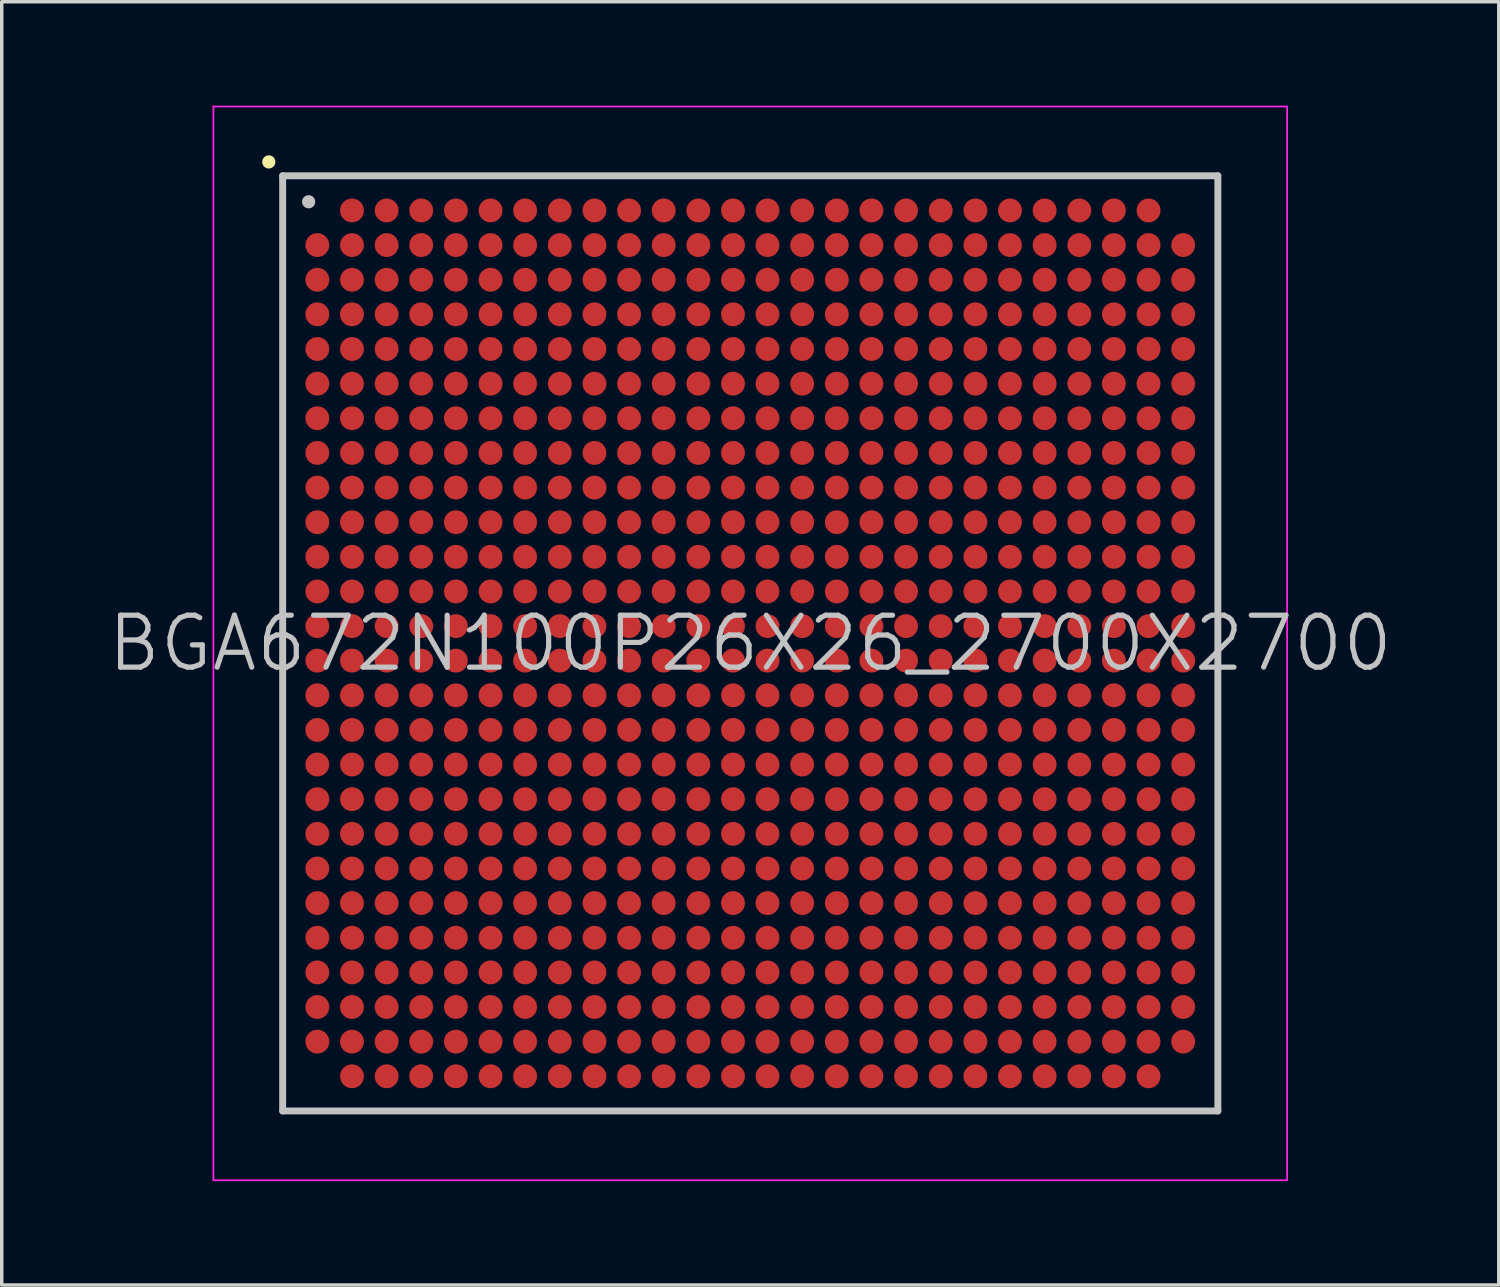
<source format=kicad_pcb>
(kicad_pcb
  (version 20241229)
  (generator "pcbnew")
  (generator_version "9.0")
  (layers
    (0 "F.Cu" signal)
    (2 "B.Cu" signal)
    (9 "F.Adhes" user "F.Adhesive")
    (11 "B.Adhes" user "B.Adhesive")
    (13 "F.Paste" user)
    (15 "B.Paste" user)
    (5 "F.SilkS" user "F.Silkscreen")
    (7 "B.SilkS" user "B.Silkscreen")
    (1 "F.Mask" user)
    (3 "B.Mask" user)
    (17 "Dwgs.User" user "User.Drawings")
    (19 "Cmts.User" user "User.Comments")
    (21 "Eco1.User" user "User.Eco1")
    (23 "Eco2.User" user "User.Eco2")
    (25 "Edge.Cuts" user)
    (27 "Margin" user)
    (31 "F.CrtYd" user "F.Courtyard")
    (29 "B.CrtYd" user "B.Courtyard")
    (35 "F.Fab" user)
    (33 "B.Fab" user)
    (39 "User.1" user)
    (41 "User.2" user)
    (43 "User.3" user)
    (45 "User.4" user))
  (footprint "BGA672N100P26X26_2700X2700"
    (layer "F.Cu")
    (at 18.611 15.525)
    (property "Reference" "BGA672N100P26X26_2700X2700" (at 0 0 0) (layer "Dwgs.User") (effects (font (size 1.5 1.5) (thickness 0.15))))
    (attr smd)
    (fp_line (start -13.9 -13.9) (end -13.9 -13.9) (stroke (width 0.381) (type solid)) (layer "F.SilkS"))
    (fp_line (start -13.5 -13.5) (end -13.5 13.5) (stroke (width 0.2) (type solid)) (layer "Dwgs.User"))
    (fp_line (start -13.5 -13.5) (end 13.5 -13.5) (stroke (width 0.2) (type solid)) (layer "Dwgs.User"))
    (fp_line (start -13.5 13.5) (end 13.5 13.5) (stroke (width 0.2) (type solid)) (layer "Dwgs.User"))
    (fp_line (start -12.75 -12.75) (end -12.75 -12.75) (stroke (width 0.381) (type solid)) (layer "Dwgs.User"))
    (fp_line (start 13.5 -13.5) (end 13.5 13.5) (stroke (width 0.2) (type solid)) (layer "Dwgs.User"))
    (fp_line (start -15.5 -15.5) (end -15.5 15.5) (stroke (width 0.05) (type solid)) (layer "F.CrtYd"))
    (fp_line (start -15.5 -15.5) (end 15.5 -15.5) (stroke (width 0.05) (type solid)) (layer "F.CrtYd"))
    (fp_line (start -15.5 15.5) (end 15.5 15.5) (stroke (width 0.05) (type solid)) (layer "F.CrtYd"))
    (fp_line (start 15.5 -15.5) (end 15.5 15.5) (stroke (width 0.05) (type solid)) (layer "F.CrtYd"))
    (pad "A2" smd circle (at -11.499 -12.499 270) (size 0.69 0.69) (layers "F.Cu" "F.Mask" "F.Paste"))
    (pad "A3" smd circle (at -10.498 -12.499 270) (size 0.69 0.69) (layers "F.Cu" "F.Mask" "F.Paste"))
    (pad "A4" smd circle (at -9.5 -12.499 270) (size 0.69 0.69) (layers "F.Cu" "F.Mask" "F.Paste"))
    (pad "A5" smd circle (at -8.499 -12.499 270) (size 0.69 0.69) (layers "F.Cu" "F.Mask" "F.Paste"))
    (pad "A6" smd circle (at -7.498 -12.499 270) (size 0.69 0.69) (layers "F.Cu" "F.Mask" "F.Paste"))
    (pad "A7" smd circle (at -6.5 -12.499 270) (size 0.69 0.69) (layers "F.Cu" "F.Mask" "F.Paste"))
    (pad "A8" smd circle (at -5.499 -12.499 270) (size 0.69 0.69) (layers "F.Cu" "F.Mask" "F.Paste"))
    (pad "A9" smd circle (at -4.498 -12.499 270) (size 0.69 0.69) (layers "F.Cu" "F.Mask" "F.Paste"))
    (pad "A10" smd circle (at -3.498 -12.499 270) (size 0.69 0.69) (layers "F.Cu" "F.Mask" "F.Paste"))
    (pad "A11" smd circle (at -2.499 -12.499 270) (size 0.69 0.69) (layers "F.Cu" "F.Mask" "F.Paste"))
    (pad "A12" smd circle (at -1.499 -12.499 270) (size 0.69 0.69) (layers "F.Cu" "F.Mask" "F.Paste"))
    (pad "A13" smd circle (at -0.498 -12.499 270) (size 0.69 0.69) (layers "F.Cu" "F.Mask" "F.Paste"))
    (pad "A14" smd circle (at 0.498 -12.499 270) (size 0.69 0.69) (layers "F.Cu" "F.Mask" "F.Paste"))
    (pad "A15" smd circle (at 1.499 -12.499 270) (size 0.69 0.69) (layers "F.Cu" "F.Mask" "F.Paste"))
    (pad "A16" smd circle (at 2.499 -12.499 270) (size 0.69 0.69) (layers "F.Cu" "F.Mask" "F.Paste"))
    (pad "A17" smd circle (at 3.498 -12.499 270) (size 0.69 0.69) (layers "F.Cu" "F.Mask" "F.Paste"))
    (pad "A18" smd circle (at 4.498 -12.499 270) (size 0.69 0.69) (layers "F.Cu" "F.Mask" "F.Paste"))
    (pad "A19" smd circle (at 5.499 -12.499 270) (size 0.69 0.69) (layers "F.Cu" "F.Mask" "F.Paste"))
    (pad "A20" smd circle (at 6.5 -12.499 270) (size 0.69 0.69) (layers "F.Cu" "F.Mask" "F.Paste"))
    (pad "A21" smd circle (at 7.498 -12.499 270) (size 0.69 0.69) (layers "F.Cu" "F.Mask" "F.Paste"))
    (pad "A22" smd circle (at 8.499 -12.499 270) (size 0.69 0.69) (layers "F.Cu" "F.Mask" "F.Paste"))
    (pad "A23" smd circle (at 9.5 -12.499 270) (size 0.69 0.69) (layers "F.Cu" "F.Mask" "F.Paste"))
    (pad "A24" smd circle (at 10.498 -12.499 270) (size 0.69 0.69) (layers "F.Cu" "F.Mask" "F.Paste"))
    (pad "A25" smd circle (at 11.499 -12.499 270) (size 0.69 0.69) (layers "F.Cu" "F.Mask" "F.Paste"))
    (pad "AA1" smd circle (at -12.499 7.498 270) (size 0.69 0.69) (layers "F.Cu" "F.Mask" "F.Paste"))
    (pad "AA2" smd circle (at -11.499 7.498 270) (size 0.69 0.69) (layers "F.Cu" "F.Mask" "F.Paste"))
    (pad "AA3" smd circle (at -10.498 7.498 270) (size 0.69 0.69) (layers "F.Cu" "F.Mask" "F.Paste"))
    (pad "AA4" smd circle (at -9.5 7.498 270) (size 0.69 0.69) (layers "F.Cu" "F.Mask" "F.Paste"))
    (pad "AA5" smd circle (at -8.499 7.498 270) (size 0.69 0.69) (layers "F.Cu" "F.Mask" "F.Paste"))
    (pad "AA6" smd circle (at -7.498 7.498 270) (size 0.69 0.69) (layers "F.Cu" "F.Mask" "F.Paste"))
    (pad "AA7" smd circle (at -6.5 7.498 270) (size 0.69 0.69) (layers "F.Cu" "F.Mask" "F.Paste"))
    (pad "AA8" smd circle (at -5.499 7.498 270) (size 0.69 0.69) (layers "F.Cu" "F.Mask" "F.Paste"))
    (pad "AA9" smd circle (at -4.498 7.498 270) (size 0.69 0.69) (layers "F.Cu" "F.Mask" "F.Paste"))
    (pad "AA10" smd circle (at -3.498 7.498 270) (size 0.69 0.69) (layers "F.Cu" "F.Mask" "F.Paste"))
    (pad "AA11" smd circle (at -2.499 7.498 270) (size 0.69 0.69) (layers "F.Cu" "F.Mask" "F.Paste"))
    (pad "AA12" smd circle (at -1.499 7.498 270) (size 0.69 0.69) (layers "F.Cu" "F.Mask" "F.Paste"))
    (pad "AA13" smd circle (at -0.498 7.498 270) (size 0.69 0.69) (layers "F.Cu" "F.Mask" "F.Paste"))
    (pad "AA14" smd circle (at 0.498 7.498 270) (size 0.69 0.69) (layers "F.Cu" "F.Mask" "F.Paste"))
    (pad "AA15" smd circle (at 1.499 7.498 270) (size 0.69 0.69) (layers "F.Cu" "F.Mask" "F.Paste"))
    (pad "AA16" smd circle (at 2.499 7.498 270) (size 0.69 0.69) (layers "F.Cu" "F.Mask" "F.Paste"))
    (pad "AA17" smd circle (at 3.498 7.498 270) (size 0.69 0.69) (layers "F.Cu" "F.Mask" "F.Paste"))
    (pad "AA18" smd circle (at 4.498 7.498 270) (size 0.69 0.69) (layers "F.Cu" "F.Mask" "F.Paste"))
    (pad "AA19" smd circle (at 5.499 7.498 270) (size 0.69 0.69) (layers "F.Cu" "F.Mask" "F.Paste"))
    (pad "AA20" smd circle (at 6.5 7.498 270) (size 0.69 0.69) (layers "F.Cu" "F.Mask" "F.Paste"))
    (pad "AA21" smd circle (at 7.498 7.498 270) (size 0.69 0.69) (layers "F.Cu" "F.Mask" "F.Paste"))
    (pad "AA22" smd circle (at 8.499 7.498 270) (size 0.69 0.69) (layers "F.Cu" "F.Mask" "F.Paste"))
    (pad "AA23" smd circle (at 9.5 7.498 270) (size 0.69 0.69) (layers "F.Cu" "F.Mask" "F.Paste"))
    (pad "AA24" smd circle (at 10.498 7.498 270) (size 0.69 0.69) (layers "F.Cu" "F.Mask" "F.Paste"))
    (pad "AA25" smd circle (at 11.499 7.498 270) (size 0.69 0.69) (layers "F.Cu" "F.Mask" "F.Paste"))
    (pad "AA26" smd circle (at 12.499 7.498 270) (size 0.69 0.69) (layers "F.Cu" "F.Mask" "F.Paste"))
    (pad "AB1" smd circle (at -12.499 8.499 270) (size 0.69 0.69) (layers "F.Cu" "F.Mask" "F.Paste"))
    (pad "AB2" smd circle (at -11.499 8.499 270) (size 0.69 0.69) (layers "F.Cu" "F.Mask" "F.Paste"))
    (pad "AB3" smd circle (at -10.498 8.499 270) (size 0.69 0.69) (layers "F.Cu" "F.Mask" "F.Paste"))
    (pad "AB4" smd circle (at -9.5 8.499 270) (size 0.69 0.69) (layers "F.Cu" "F.Mask" "F.Paste"))
    (pad "AB5" smd circle (at -8.499 8.499 270) (size 0.69 0.69) (layers "F.Cu" "F.Mask" "F.Paste"))
    (pad "AB6" smd circle (at -7.498 8.499 270) (size 0.69 0.69) (layers "F.Cu" "F.Mask" "F.Paste"))
    (pad "AB7" smd circle (at -6.5 8.499 270) (size 0.69 0.69) (layers "F.Cu" "F.Mask" "F.Paste"))
    (pad "AB8" smd circle (at -5.499 8.499 270) (size 0.69 0.69) (layers "F.Cu" "F.Mask" "F.Paste"))
    (pad "AB9" smd circle (at -4.498 8.499 270) (size 0.69 0.69) (layers "F.Cu" "F.Mask" "F.Paste"))
    (pad "AB10" smd circle (at -3.498 8.499 270) (size 0.69 0.69) (layers "F.Cu" "F.Mask" "F.Paste"))
    (pad "AB11" smd circle (at -2.499 8.499 270) (size 0.69 0.69) (layers "F.Cu" "F.Mask" "F.Paste"))
    (pad "AB12" smd circle (at -1.499 8.499 270) (size 0.69 0.69) (layers "F.Cu" "F.Mask" "F.Paste"))
    (pad "AB13" smd circle (at -0.498 8.499 270) (size 0.69 0.69) (layers "F.Cu" "F.Mask" "F.Paste"))
    (pad "AB14" smd circle (at 0.498 8.499 270) (size 0.69 0.69) (layers "F.Cu" "F.Mask" "F.Paste"))
    (pad "AB15" smd circle (at 1.499 8.499 270) (size 0.69 0.69) (layers "F.Cu" "F.Mask" "F.Paste"))
    (pad "AB16" smd circle (at 2.499 8.499 270) (size 0.69 0.69) (layers "F.Cu" "F.Mask" "F.Paste"))
    (pad "AB17" smd circle (at 3.498 8.499 270) (size 0.69 0.69) (layers "F.Cu" "F.Mask" "F.Paste"))
    (pad "AB18" smd circle (at 4.498 8.499 270) (size 0.69 0.69) (layers "F.Cu" "F.Mask" "F.Paste"))
    (pad "AB19" smd circle (at 5.499 8.499 270) (size 0.69 0.69) (layers "F.Cu" "F.Mask" "F.Paste"))
    (pad "AB20" smd circle (at 6.5 8.499 270) (size 0.69 0.69) (layers "F.Cu" "F.Mask" "F.Paste"))
    (pad "AB21" smd circle (at 7.498 8.499 270) (size 0.69 0.69) (layers "F.Cu" "F.Mask" "F.Paste"))
    (pad "AB22" smd circle (at 8.499 8.499 270) (size 0.69 0.69) (layers "F.Cu" "F.Mask" "F.Paste"))
    (pad "AB23" smd circle (at 9.5 8.499 270) (size 0.69 0.69) (layers "F.Cu" "F.Mask" "F.Paste"))
    (pad "AB24" smd circle (at 10.498 8.499 270) (size 0.69 0.69) (layers "F.Cu" "F.Mask" "F.Paste"))
    (pad "AB25" smd circle (at 11.499 8.499 270) (size 0.69 0.69) (layers "F.Cu" "F.Mask" "F.Paste"))
    (pad "AB26" smd circle (at 12.499 8.499 270) (size 0.69 0.69) (layers "F.Cu" "F.Mask" "F.Paste"))
    (pad "AC1" smd circle (at -12.499 9.5 270) (size 0.69 0.69) (layers "F.Cu" "F.Mask" "F.Paste"))
    (pad "AC2" smd circle (at -11.499 9.5 270) (size 0.69 0.69) (layers "F.Cu" "F.Mask" "F.Paste"))
    (pad "AC3" smd circle (at -10.498 9.5 270) (size 0.69 0.69) (layers "F.Cu" "F.Mask" "F.Paste"))
    (pad "AC4" smd circle (at -9.5 9.5 270) (size 0.69 0.69) (layers "F.Cu" "F.Mask" "F.Paste"))
    (pad "AC5" smd circle (at -8.499 9.5 270) (size 0.69 0.69) (layers "F.Cu" "F.Mask" "F.Paste"))
    (pad "AC6" smd circle (at -7.498 9.5 270) (size 0.69 0.69) (layers "F.Cu" "F.Mask" "F.Paste"))
    (pad "AC7" smd circle (at -6.5 9.5 270) (size 0.69 0.69) (layers "F.Cu" "F.Mask" "F.Paste"))
    (pad "AC8" smd circle (at -5.499 9.5 270) (size 0.69 0.69) (layers "F.Cu" "F.Mask" "F.Paste"))
    (pad "AC9" smd circle (at -4.498 9.5 270) (size 0.69 0.69) (layers "F.Cu" "F.Mask" "F.Paste"))
    (pad "AC10" smd circle (at -3.498 9.5 270) (size 0.69 0.69) (layers "F.Cu" "F.Mask" "F.Paste"))
    (pad "AC11" smd circle (at -2.499 9.5 270) (size 0.69 0.69) (layers "F.Cu" "F.Mask" "F.Paste"))
    (pad "AC12" smd circle (at -1.499 9.5 270) (size 0.69 0.69) (layers "F.Cu" "F.Mask" "F.Paste"))
    (pad "AC13" smd circle (at -0.498 9.5 270) (size 0.69 0.69) (layers "F.Cu" "F.Mask" "F.Paste"))
    (pad "AC14" smd circle (at 0.498 9.5 270) (size 0.69 0.69) (layers "F.Cu" "F.Mask" "F.Paste"))
    (pad "AC15" smd circle (at 1.499 9.5 270) (size 0.69 0.69) (layers "F.Cu" "F.Mask" "F.Paste"))
    (pad "AC16" smd circle (at 2.499 9.5 270) (size 0.69 0.69) (layers "F.Cu" "F.Mask" "F.Paste"))
    (pad "AC17" smd circle (at 3.498 9.5 270) (size 0.69 0.69) (layers "F.Cu" "F.Mask" "F.Paste"))
    (pad "AC18" smd circle (at 4.498 9.5 270) (size 0.69 0.69) (layers "F.Cu" "F.Mask" "F.Paste"))
    (pad "AC19" smd circle (at 5.499 9.5 270) (size 0.69 0.69) (layers "F.Cu" "F.Mask" "F.Paste"))
    (pad "AC20" smd circle (at 6.5 9.5 270) (size 0.69 0.69) (layers "F.Cu" "F.Mask" "F.Paste"))
    (pad "AC21" smd circle (at 7.498 9.5 270) (size 0.69 0.69) (layers "F.Cu" "F.Mask" "F.Paste"))
    (pad "AC22" smd circle (at 8.499 9.5 270) (size 0.69 0.69) (layers "F.Cu" "F.Mask" "F.Paste"))
    (pad "AC23" smd circle (at 9.5 9.5 270) (size 0.69 0.69) (layers "F.Cu" "F.Mask" "F.Paste"))
    (pad "AC24" smd circle (at 10.498 9.5 270) (size 0.69 0.69) (layers "F.Cu" "F.Mask" "F.Paste"))
    (pad "AC25" smd circle (at 11.499 9.5 270) (size 0.69 0.69) (layers "F.Cu" "F.Mask" "F.Paste"))
    (pad "AC26" smd circle (at 12.499 9.5 270) (size 0.69 0.69) (layers "F.Cu" "F.Mask" "F.Paste"))
    (pad "AD1" smd circle (at -12.499 10.498 270) (size 0.69 0.69) (layers "F.Cu" "F.Mask" "F.Paste"))
    (pad "AD2" smd circle (at -11.499 10.498 270) (size 0.69 0.69) (layers "F.Cu" "F.Mask" "F.Paste"))
    (pad "AD3" smd circle (at -10.498 10.498 270) (size 0.69 0.69) (layers "F.Cu" "F.Mask" "F.Paste"))
    (pad "AD4" smd circle (at -9.5 10.498 270) (size 0.69 0.69) (layers "F.Cu" "F.Mask" "F.Paste"))
    (pad "AD5" smd circle (at -8.499 10.498 270) (size 0.69 0.69) (layers "F.Cu" "F.Mask" "F.Paste"))
    (pad "AD6" smd circle (at -7.498 10.498 270) (size 0.69 0.69) (layers "F.Cu" "F.Mask" "F.Paste"))
    (pad "AD7" smd circle (at -6.5 10.498 270) (size 0.69 0.69) (layers "F.Cu" "F.Mask" "F.Paste"))
    (pad "AD8" smd circle (at -5.499 10.498 270) (size 0.69 0.69) (layers "F.Cu" "F.Mask" "F.Paste"))
    (pad "AD9" smd circle (at -4.498 10.498 270) (size 0.69 0.69) (layers "F.Cu" "F.Mask" "F.Paste"))
    (pad "AD10" smd circle (at -3.498 10.498 270) (size 0.69 0.69) (layers "F.Cu" "F.Mask" "F.Paste"))
    (pad "AD11" smd circle (at -2.499 10.498 270) (size 0.69 0.69) (layers "F.Cu" "F.Mask" "F.Paste"))
    (pad "AD12" smd circle (at -1.499 10.498 270) (size 0.69 0.69) (layers "F.Cu" "F.Mask" "F.Paste"))
    (pad "AD13" smd circle (at -0.498 10.498 270) (size 0.69 0.69) (layers "F.Cu" "F.Mask" "F.Paste"))
    (pad "AD14" smd circle (at 0.498 10.498 270) (size 0.69 0.69) (layers "F.Cu" "F.Mask" "F.Paste"))
    (pad "AD15" smd circle (at 1.499 10.498 270) (size 0.69 0.69) (layers "F.Cu" "F.Mask" "F.Paste"))
    (pad "AD16" smd circle (at 2.499 10.498 270) (size 0.69 0.69) (layers "F.Cu" "F.Mask" "F.Paste"))
    (pad "AD17" smd circle (at 3.498 10.498 270) (size 0.69 0.69) (layers "F.Cu" "F.Mask" "F.Paste"))
    (pad "AD18" smd circle (at 4.498 10.498 270) (size 0.69 0.69) (layers "F.Cu" "F.Mask" "F.Paste"))
    (pad "AD19" smd circle (at 5.499 10.498 270) (size 0.69 0.69) (layers "F.Cu" "F.Mask" "F.Paste"))
    (pad "AD20" smd circle (at 6.5 10.498 270) (size 0.69 0.69) (layers "F.Cu" "F.Mask" "F.Paste"))
    (pad "AD21" smd circle (at 7.498 10.498 270) (size 0.69 0.69) (layers "F.Cu" "F.Mask" "F.Paste"))
    (pad "AD22" smd circle (at 8.499 10.498 270) (size 0.69 0.69) (layers "F.Cu" "F.Mask" "F.Paste"))
    (pad "AD23" smd circle (at 9.5 10.498 270) (size 0.69 0.69) (layers "F.Cu" "F.Mask" "F.Paste"))
    (pad "AD24" smd circle (at 10.498 10.498 270) (size 0.69 0.69) (layers "F.Cu" "F.Mask" "F.Paste"))
    (pad "AD25" smd circle (at 11.499 10.498 270) (size 0.69 0.69) (layers "F.Cu" "F.Mask" "F.Paste"))
    (pad "AD26" smd circle (at 12.499 10.498 270) (size 0.69 0.69) (layers "F.Cu" "F.Mask" "F.Paste"))
    (pad "AE1" smd circle (at -12.499 11.499 270) (size 0.69 0.69) (layers "F.Cu" "F.Mask" "F.Paste"))
    (pad "AE2" smd circle (at -11.499 11.499 270) (size 0.69 0.69) (layers "F.Cu" "F.Mask" "F.Paste"))
    (pad "AE3" smd circle (at -10.498 11.499 270) (size 0.69 0.69) (layers "F.Cu" "F.Mask" "F.Paste"))
    (pad "AE4" smd circle (at -9.5 11.499 270) (size 0.69 0.69) (layers "F.Cu" "F.Mask" "F.Paste"))
    (pad "AE5" smd circle (at -8.499 11.499 270) (size 0.69 0.69) (layers "F.Cu" "F.Mask" "F.Paste"))
    (pad "AE6" smd circle (at -7.498 11.499 270) (size 0.69 0.69) (layers "F.Cu" "F.Mask" "F.Paste"))
    (pad "AE7" smd circle (at -6.5 11.499 270) (size 0.69 0.69) (layers "F.Cu" "F.Mask" "F.Paste"))
    (pad "AE8" smd circle (at -5.499 11.499 270) (size 0.69 0.69) (layers "F.Cu" "F.Mask" "F.Paste"))
    (pad "AE9" smd circle (at -4.498 11.499 270) (size 0.69 0.69) (layers "F.Cu" "F.Mask" "F.Paste"))
    (pad "AE10" smd circle (at -3.498 11.499 270) (size 0.69 0.69) (layers "F.Cu" "F.Mask" "F.Paste"))
    (pad "AE11" smd circle (at -2.499 11.499 270) (size 0.69 0.69) (layers "F.Cu" "F.Mask" "F.Paste"))
    (pad "AE12" smd circle (at -1.499 11.499 270) (size 0.69 0.69) (layers "F.Cu" "F.Mask" "F.Paste"))
    (pad "AE13" smd circle (at -0.498 11.499 270) (size 0.69 0.69) (layers "F.Cu" "F.Mask" "F.Paste"))
    (pad "AE14" smd circle (at 0.498 11.499 270) (size 0.69 0.69) (layers "F.Cu" "F.Mask" "F.Paste"))
    (pad "AE15" smd circle (at 1.499 11.499 270) (size 0.69 0.69) (layers "F.Cu" "F.Mask" "F.Paste"))
    (pad "AE16" smd circle (at 2.499 11.499 270) (size 0.69 0.69) (layers "F.Cu" "F.Mask" "F.Paste"))
    (pad "AE17" smd circle (at 3.498 11.499 270) (size 0.69 0.69) (layers "F.Cu" "F.Mask" "F.Paste"))
    (pad "AE18" smd circle (at 4.498 11.499 270) (size 0.69 0.69) (layers "F.Cu" "F.Mask" "F.Paste"))
    (pad "AE19" smd circle (at 5.499 11.499 270) (size 0.69 0.69) (layers "F.Cu" "F.Mask" "F.Paste"))
    (pad "AE20" smd circle (at 6.5 11.499 270) (size 0.69 0.69) (layers "F.Cu" "F.Mask" "F.Paste"))
    (pad "AE21" smd circle (at 7.498 11.499 270) (size 0.69 0.69) (layers "F.Cu" "F.Mask" "F.Paste"))
    (pad "AE22" smd circle (at 8.499 11.499 270) (size 0.69 0.69) (layers "F.Cu" "F.Mask" "F.Paste"))
    (pad "AE23" smd circle (at 9.5 11.499 270) (size 0.69 0.69) (layers "F.Cu" "F.Mask" "F.Paste"))
    (pad "AE24" smd circle (at 10.498 11.499 270) (size 0.69 0.69) (layers "F.Cu" "F.Mask" "F.Paste"))
    (pad "AE25" smd circle (at 11.499 11.499 270) (size 0.69 0.69) (layers "F.Cu" "F.Mask" "F.Paste"))
    (pad "AE26" smd circle (at 12.499 11.499 270) (size 0.69 0.69) (layers "F.Cu" "F.Mask" "F.Paste"))
    (pad "AF2" smd circle (at -11.499 12.499 270) (size 0.69 0.69) (layers "F.Cu" "F.Mask" "F.Paste"))
    (pad "AF3" smd circle (at -10.498 12.499 270) (size 0.69 0.69) (layers "F.Cu" "F.Mask" "F.Paste"))
    (pad "AF4" smd circle (at -9.5 12.499 270) (size 0.69 0.69) (layers "F.Cu" "F.Mask" "F.Paste"))
    (pad "AF5" smd circle (at -8.499 12.499 270) (size 0.69 0.69) (layers "F.Cu" "F.Mask" "F.Paste"))
    (pad "AF6" smd circle (at -7.498 12.499 270) (size 0.69 0.69) (layers "F.Cu" "F.Mask" "F.Paste"))
    (pad "AF7" smd circle (at -6.5 12.499 270) (size 0.69 0.69) (layers "F.Cu" "F.Mask" "F.Paste"))
    (pad "AF8" smd circle (at -5.499 12.499 270) (size 0.69 0.69) (layers "F.Cu" "F.Mask" "F.Paste"))
    (pad "AF9" smd circle (at -4.498 12.499 270) (size 0.69 0.69) (layers "F.Cu" "F.Mask" "F.Paste"))
    (pad "AF10" smd circle (at -3.498 12.499 270) (size 0.69 0.69) (layers "F.Cu" "F.Mask" "F.Paste"))
    (pad "AF11" smd circle (at -2.499 12.499 270) (size 0.69 0.69) (layers "F.Cu" "F.Mask" "F.Paste"))
    (pad "AF12" smd circle (at -1.499 12.499 270) (size 0.69 0.69) (layers "F.Cu" "F.Mask" "F.Paste"))
    (pad "AF13" smd circle (at -0.498 12.499 270) (size 0.69 0.69) (layers "F.Cu" "F.Mask" "F.Paste"))
    (pad "AF14" smd circle (at 0.498 12.499 270) (size 0.69 0.69) (layers "F.Cu" "F.Mask" "F.Paste"))
    (pad "AF15" smd circle (at 1.499 12.499 270) (size 0.69 0.69) (layers "F.Cu" "F.Mask" "F.Paste"))
    (pad "AF16" smd circle (at 2.499 12.499 270) (size 0.69 0.69) (layers "F.Cu" "F.Mask" "F.Paste"))
    (pad "AF17" smd circle (at 3.498 12.499 270) (size 0.69 0.69) (layers "F.Cu" "F.Mask" "F.Paste"))
    (pad "AF18" smd circle (at 4.498 12.499 270) (size 0.69 0.69) (layers "F.Cu" "F.Mask" "F.Paste"))
    (pad "AF19" smd circle (at 5.499 12.499 270) (size 0.69 0.69) (layers "F.Cu" "F.Mask" "F.Paste"))
    (pad "AF20" smd circle (at 6.5 12.499 270) (size 0.69 0.69) (layers "F.Cu" "F.Mask" "F.Paste"))
    (pad "AF21" smd circle (at 7.498 12.499 270) (size 0.69 0.69) (layers "F.Cu" "F.Mask" "F.Paste"))
    (pad "AF22" smd circle (at 8.499 12.499 270) (size 0.69 0.69) (layers "F.Cu" "F.Mask" "F.Paste"))
    (pad "AF23" smd circle (at 9.5 12.499 270) (size 0.69 0.69) (layers "F.Cu" "F.Mask" "F.Paste"))
    (pad "AF24" smd circle (at 10.498 12.499 270) (size 0.69 0.69) (layers "F.Cu" "F.Mask" "F.Paste"))
    (pad "AF25" smd circle (at 11.499 12.499 270) (size 0.69 0.69) (layers "F.Cu" "F.Mask" "F.Paste"))
    (pad "B1" smd circle (at -12.499 -11.499 270) (size 0.69 0.69) (layers "F.Cu" "F.Mask" "F.Paste"))
    (pad "B2" smd circle (at -11.499 -11.499 270) (size 0.69 0.69) (layers "F.Cu" "F.Mask" "F.Paste"))
    (pad "B3" smd circle (at -10.498 -11.499 270) (size 0.69 0.69) (layers "F.Cu" "F.Mask" "F.Paste"))
    (pad "B4" smd circle (at -9.5 -11.499 270) (size 0.69 0.69) (layers "F.Cu" "F.Mask" "F.Paste"))
    (pad "B5" smd circle (at -8.499 -11.499 270) (size 0.69 0.69) (layers "F.Cu" "F.Mask" "F.Paste"))
    (pad "B6" smd circle (at -7.498 -11.499 270) (size 0.69 0.69) (layers "F.Cu" "F.Mask" "F.Paste"))
    (pad "B7" smd circle (at -6.5 -11.499 270) (size 0.69 0.69) (layers "F.Cu" "F.Mask" "F.Paste"))
    (pad "B8" smd circle (at -5.499 -11.499 270) (size 0.69 0.69) (layers "F.Cu" "F.Mask" "F.Paste"))
    (pad "B9" smd circle (at -4.498 -11.499 270) (size 0.69 0.69) (layers "F.Cu" "F.Mask" "F.Paste"))
    (pad "B10" smd circle (at -3.498 -11.499 270) (size 0.69 0.69) (layers "F.Cu" "F.Mask" "F.Paste"))
    (pad "B11" smd circle (at -2.499 -11.499 270) (size 0.69 0.69) (layers "F.Cu" "F.Mask" "F.Paste"))
    (pad "B12" smd circle (at -1.499 -11.499 270) (size 0.69 0.69) (layers "F.Cu" "F.Mask" "F.Paste"))
    (pad "B13" smd circle (at -0.498 -11.499 270) (size 0.69 0.69) (layers "F.Cu" "F.Mask" "F.Paste"))
    (pad "B14" smd circle (at 0.498 -11.499 270) (size 0.69 0.69) (layers "F.Cu" "F.Mask" "F.Paste"))
    (pad "B15" smd circle (at 1.499 -11.499 270) (size 0.69 0.69) (layers "F.Cu" "F.Mask" "F.Paste"))
    (pad "B16" smd circle (at 2.499 -11.499 270) (size 0.69 0.69) (layers "F.Cu" "F.Mask" "F.Paste"))
    (pad "B17" smd circle (at 3.498 -11.499 270) (size 0.69 0.69) (layers "F.Cu" "F.Mask" "F.Paste"))
    (pad "B18" smd circle (at 4.498 -11.499 270) (size 0.69 0.69) (layers "F.Cu" "F.Mask" "F.Paste"))
    (pad "B19" smd circle (at 5.499 -11.499 270) (size 0.69 0.69) (layers "F.Cu" "F.Mask" "F.Paste"))
    (pad "B20" smd circle (at 6.5 -11.499 270) (size 0.69 0.69) (layers "F.Cu" "F.Mask" "F.Paste"))
    (pad "B21" smd circle (at 7.498 -11.499 270) (size 0.69 0.69) (layers "F.Cu" "F.Mask" "F.Paste"))
    (pad "B22" smd circle (at 8.499 -11.499 270) (size 0.69 0.69) (layers "F.Cu" "F.Mask" "F.Paste"))
    (pad "B23" smd circle (at 9.5 -11.499 270) (size 0.69 0.69) (layers "F.Cu" "F.Mask" "F.Paste"))
    (pad "B24" smd circle (at 10.498 -11.499 270) (size 0.69 0.69) (layers "F.Cu" "F.Mask" "F.Paste"))
    (pad "B25" smd circle (at 11.499 -11.499 270) (size 0.69 0.69) (layers "F.Cu" "F.Mask" "F.Paste"))
    (pad "B26" smd circle (at 12.499 -11.499 270) (size 0.69 0.69) (layers "F.Cu" "F.Mask" "F.Paste"))
    (pad "C1" smd circle (at -12.499 -10.498 270) (size 0.69 0.69) (layers "F.Cu" "F.Mask" "F.Paste"))
    (pad "C2" smd circle (at -11.499 -10.498 270) (size 0.69 0.69) (layers "F.Cu" "F.Mask" "F.Paste"))
    (pad "C3" smd circle (at -10.498 -10.498 270) (size 0.69 0.69) (layers "F.Cu" "F.Mask" "F.Paste"))
    (pad "C4" smd circle (at -9.5 -10.498 270) (size 0.69 0.69) (layers "F.Cu" "F.Mask" "F.Paste"))
    (pad "C5" smd circle (at -8.499 -10.498 270) (size 0.69 0.69) (layers "F.Cu" "F.Mask" "F.Paste"))
    (pad "C6" smd circle (at -7.498 -10.498 270) (size 0.69 0.69) (layers "F.Cu" "F.Mask" "F.Paste"))
    (pad "C7" smd circle (at -6.5 -10.498 270) (size 0.69 0.69) (layers "F.Cu" "F.Mask" "F.Paste"))
    (pad "C8" smd circle (at -5.499 -10.498 270) (size 0.69 0.69) (layers "F.Cu" "F.Mask" "F.Paste"))
    (pad "C9" smd circle (at -4.498 -10.498 270) (size 0.69 0.69) (layers "F.Cu" "F.Mask" "F.Paste"))
    (pad "C10" smd circle (at -3.498 -10.498 270) (size 0.69 0.69) (layers "F.Cu" "F.Mask" "F.Paste"))
    (pad "C11" smd circle (at -2.499 -10.498 270) (size 0.69 0.69) (layers "F.Cu" "F.Mask" "F.Paste"))
    (pad "C12" smd circle (at -1.499 -10.498 270) (size 0.69 0.69) (layers "F.Cu" "F.Mask" "F.Paste"))
    (pad "C13" smd circle (at -0.498 -10.498 270) (size 0.69 0.69) (layers "F.Cu" "F.Mask" "F.Paste"))
    (pad "C14" smd circle (at 0.498 -10.498 270) (size 0.69 0.69) (layers "F.Cu" "F.Mask" "F.Paste"))
    (pad "C15" smd circle (at 1.499 -10.498 270) (size 0.69 0.69) (layers "F.Cu" "F.Mask" "F.Paste"))
    (pad "C16" smd circle (at 2.499 -10.498 270) (size 0.69 0.69) (layers "F.Cu" "F.Mask" "F.Paste"))
    (pad "C17" smd circle (at 3.498 -10.498 270) (size 0.69 0.69) (layers "F.Cu" "F.Mask" "F.Paste"))
    (pad "C18" smd circle (at 4.498 -10.498 270) (size 0.69 0.69) (layers "F.Cu" "F.Mask" "F.Paste"))
    (pad "C19" smd circle (at 5.499 -10.498 270) (size 0.69 0.69) (layers "F.Cu" "F.Mask" "F.Paste"))
    (pad "C20" smd circle (at 6.5 -10.498 270) (size 0.69 0.69) (layers "F.Cu" "F.Mask" "F.Paste"))
    (pad "C21" smd circle (at 7.498 -10.498 270) (size 0.69 0.69) (layers "F.Cu" "F.Mask" "F.Paste"))
    (pad "C22" smd circle (at 8.499 -10.498 270) (size 0.69 0.69) (layers "F.Cu" "F.Mask" "F.Paste"))
    (pad "C23" smd circle (at 9.5 -10.498 270) (size 0.69 0.69) (layers "F.Cu" "F.Mask" "F.Paste"))
    (pad "C24" smd circle (at 10.498 -10.498 270) (size 0.69 0.69) (layers "F.Cu" "F.Mask" "F.Paste"))
    (pad "C25" smd circle (at 11.499 -10.498 270) (size 0.69 0.69) (layers "F.Cu" "F.Mask" "F.Paste"))
    (pad "C26" smd circle (at 12.499 -10.498 270) (size 0.69 0.69) (layers "F.Cu" "F.Mask" "F.Paste"))
    (pad "D1" smd circle (at -12.499 -9.5 270) (size 0.69 0.69) (layers "F.Cu" "F.Mask" "F.Paste"))
    (pad "D2" smd circle (at -11.499 -9.5 270) (size 0.69 0.69) (layers "F.Cu" "F.Mask" "F.Paste"))
    (pad "D3" smd circle (at -10.498 -9.5 270) (size 0.69 0.69) (layers "F.Cu" "F.Mask" "F.Paste"))
    (pad "D4" smd circle (at -9.5 -9.5 270) (size 0.69 0.69) (layers "F.Cu" "F.Mask" "F.Paste"))
    (pad "D5" smd circle (at -8.499 -9.5 270) (size 0.69 0.69) (layers "F.Cu" "F.Mask" "F.Paste"))
    (pad "D6" smd circle (at -7.498 -9.5 270) (size 0.69 0.69) (layers "F.Cu" "F.Mask" "F.Paste"))
    (pad "D7" smd circle (at -6.5 -9.5 270) (size 0.69 0.69) (layers "F.Cu" "F.Mask" "F.Paste"))
    (pad "D8" smd circle (at -5.499 -9.5 270) (size 0.69 0.69) (layers "F.Cu" "F.Mask" "F.Paste"))
    (pad "D9" smd circle (at -4.498 -9.5 270) (size 0.69 0.69) (layers "F.Cu" "F.Mask" "F.Paste"))
    (pad "D10" smd circle (at -3.498 -9.5 270) (size 0.69 0.69) (layers "F.Cu" "F.Mask" "F.Paste"))
    (pad "D11" smd circle (at -2.499 -9.5 270) (size 0.69 0.69) (layers "F.Cu" "F.Mask" "F.Paste"))
    (pad "D12" smd circle (at -1.499 -9.5 270) (size 0.69 0.69) (layers "F.Cu" "F.Mask" "F.Paste"))
    (pad "D13" smd circle (at -0.498 -9.5 270) (size 0.69 0.69) (layers "F.Cu" "F.Mask" "F.Paste"))
    (pad "D14" smd circle (at 0.498 -9.5 270) (size 0.69 0.69) (layers "F.Cu" "F.Mask" "F.Paste"))
    (pad "D15" smd circle (at 1.499 -9.5 270) (size 0.69 0.69) (layers "F.Cu" "F.Mask" "F.Paste"))
    (pad "D16" smd circle (at 2.499 -9.5 270) (size 0.69 0.69) (layers "F.Cu" "F.Mask" "F.Paste"))
    (pad "D17" smd circle (at 3.498 -9.5 270) (size 0.69 0.69) (layers "F.Cu" "F.Mask" "F.Paste"))
    (pad "D18" smd circle (at 4.498 -9.5 270) (size 0.69 0.69) (layers "F.Cu" "F.Mask" "F.Paste"))
    (pad "D19" smd circle (at 5.499 -9.5 270) (size 0.69 0.69) (layers "F.Cu" "F.Mask" "F.Paste"))
    (pad "D20" smd circle (at 6.5 -9.5 270) (size 0.69 0.69) (layers "F.Cu" "F.Mask" "F.Paste"))
    (pad "D21" smd circle (at 7.498 -9.5 270) (size 0.69 0.69) (layers "F.Cu" "F.Mask" "F.Paste"))
    (pad "D22" smd circle (at 8.499 -9.5 270) (size 0.69 0.69) (layers "F.Cu" "F.Mask" "F.Paste"))
    (pad "D23" smd circle (at 9.5 -9.5 270) (size 0.69 0.69) (layers "F.Cu" "F.Mask" "F.Paste"))
    (pad "D24" smd circle (at 10.498 -9.5 270) (size 0.69 0.69) (layers "F.Cu" "F.Mask" "F.Paste"))
    (pad "D25" smd circle (at 11.499 -9.5 270) (size 0.69 0.69) (layers "F.Cu" "F.Mask" "F.Paste"))
    (pad "D26" smd circle (at 12.499 -9.5 270) (size 0.69 0.69) (layers "F.Cu" "F.Mask" "F.Paste"))
    (pad "E1" smd circle (at -12.499 -8.499 270) (size 0.69 0.69) (layers "F.Cu" "F.Mask" "F.Paste"))
    (pad "E2" smd circle (at -11.499 -8.499 270) (size 0.69 0.69) (layers "F.Cu" "F.Mask" "F.Paste"))
    (pad "E3" smd circle (at -10.498 -8.499 270) (size 0.69 0.69) (layers "F.Cu" "F.Mask" "F.Paste"))
    (pad "E4" smd circle (at -9.5 -8.499 270) (size 0.69 0.69) (layers "F.Cu" "F.Mask" "F.Paste"))
    (pad "E5" smd circle (at -8.499 -8.499 270) (size 0.69 0.69) (layers "F.Cu" "F.Mask" "F.Paste"))
    (pad "E6" smd circle (at -7.498 -8.499 270) (size 0.69 0.69) (layers "F.Cu" "F.Mask" "F.Paste"))
    (pad "E7" smd circle (at -6.5 -8.499 270) (size 0.69 0.69) (layers "F.Cu" "F.Mask" "F.Paste"))
    (pad "E8" smd circle (at -5.499 -8.499 270) (size 0.69 0.69) (layers "F.Cu" "F.Mask" "F.Paste"))
    (pad "E9" smd circle (at -4.498 -8.499 270) (size 0.69 0.69) (layers "F.Cu" "F.Mask" "F.Paste"))
    (pad "E10" smd circle (at -3.498 -8.499 270) (size 0.69 0.69) (layers "F.Cu" "F.Mask" "F.Paste"))
    (pad "E11" smd circle (at -2.499 -8.499 270) (size 0.69 0.69) (layers "F.Cu" "F.Mask" "F.Paste"))
    (pad "E12" smd circle (at -1.499 -8.499 270) (size 0.69 0.69) (layers "F.Cu" "F.Mask" "F.Paste"))
    (pad "E13" smd circle (at -0.498 -8.499 270) (size 0.69 0.69) (layers "F.Cu" "F.Mask" "F.Paste"))
    (pad "E14" smd circle (at 0.498 -8.499 270) (size 0.69 0.69) (layers "F.Cu" "F.Mask" "F.Paste"))
    (pad "E15" smd circle (at 1.499 -8.499 270) (size 0.69 0.69) (layers "F.Cu" "F.Mask" "F.Paste"))
    (pad "E16" smd circle (at 2.499 -8.499 270) (size 0.69 0.69) (layers "F.Cu" "F.Mask" "F.Paste"))
    (pad "E17" smd circle (at 3.498 -8.499 270) (size 0.69 0.69) (layers "F.Cu" "F.Mask" "F.Paste"))
    (pad "E18" smd circle (at 4.498 -8.499 270) (size 0.69 0.69) (layers "F.Cu" "F.Mask" "F.Paste"))
    (pad "E19" smd circle (at 5.499 -8.499 270) (size 0.69 0.69) (layers "F.Cu" "F.Mask" "F.Paste"))
    (pad "E20" smd circle (at 6.5 -8.499 270) (size 0.69 0.69) (layers "F.Cu" "F.Mask" "F.Paste"))
    (pad "E21" smd circle (at 7.498 -8.499 270) (size 0.69 0.69) (layers "F.Cu" "F.Mask" "F.Paste"))
    (pad "E22" smd circle (at 8.499 -8.499 270) (size 0.69 0.69) (layers "F.Cu" "F.Mask" "F.Paste"))
    (pad "E23" smd circle (at 9.5 -8.499 270) (size 0.69 0.69) (layers "F.Cu" "F.Mask" "F.Paste"))
    (pad "E24" smd circle (at 10.498 -8.499 270) (size 0.69 0.69) (layers "F.Cu" "F.Mask" "F.Paste"))
    (pad "E25" smd circle (at 11.499 -8.499 270) (size 0.69 0.69) (layers "F.Cu" "F.Mask" "F.Paste"))
    (pad "E26" smd circle (at 12.499 -8.499 270) (size 0.69 0.69) (layers "F.Cu" "F.Mask" "F.Paste"))
    (pad "F1" smd circle (at -12.499 -7.498 270) (size 0.69 0.69) (layers "F.Cu" "F.Mask" "F.Paste"))
    (pad "F2" smd circle (at -11.499 -7.498 270) (size 0.69 0.69) (layers "F.Cu" "F.Mask" "F.Paste"))
    (pad "F3" smd circle (at -10.498 -7.498 270) (size 0.69 0.69) (layers "F.Cu" "F.Mask" "F.Paste"))
    (pad "F4" smd circle (at -9.5 -7.498 270) (size 0.69 0.69) (layers "F.Cu" "F.Mask" "F.Paste"))
    (pad "F5" smd circle (at -8.499 -7.498 270) (size 0.69 0.69) (layers "F.Cu" "F.Mask" "F.Paste"))
    (pad "F6" smd circle (at -7.498 -7.498 270) (size 0.69 0.69) (layers "F.Cu" "F.Mask" "F.Paste"))
    (pad "F7" smd circle (at -6.5 -7.498 270) (size 0.69 0.69) (layers "F.Cu" "F.Mask" "F.Paste"))
    (pad "F8" smd circle (at -5.499 -7.498 270) (size 0.69 0.69) (layers "F.Cu" "F.Mask" "F.Paste"))
    (pad "F9" smd circle (at -4.498 -7.498 270) (size 0.69 0.69) (layers "F.Cu" "F.Mask" "F.Paste"))
    (pad "F10" smd circle (at -3.498 -7.498 270) (size 0.69 0.69) (layers "F.Cu" "F.Mask" "F.Paste"))
    (pad "F11" smd circle (at -2.499 -7.498 270) (size 0.69 0.69) (layers "F.Cu" "F.Mask" "F.Paste"))
    (pad "F12" smd circle (at -1.499 -7.498 270) (size 0.69 0.69) (layers "F.Cu" "F.Mask" "F.Paste"))
    (pad "F13" smd circle (at -0.498 -7.498 270) (size 0.69 0.69) (layers "F.Cu" "F.Mask" "F.Paste"))
    (pad "F14" smd circle (at 0.498 -7.498 270) (size 0.69 0.69) (layers "F.Cu" "F.Mask" "F.Paste"))
    (pad "F15" smd circle (at 1.499 -7.498 270) (size 0.69 0.69) (layers "F.Cu" "F.Mask" "F.Paste"))
    (pad "F16" smd circle (at 2.499 -7.498 270) (size 0.69 0.69) (layers "F.Cu" "F.Mask" "F.Paste"))
    (pad "F17" smd circle (at 3.498 -7.498 270) (size 0.69 0.69) (layers "F.Cu" "F.Mask" "F.Paste"))
    (pad "F18" smd circle (at 4.498 -7.498 270) (size 0.69 0.69) (layers "F.Cu" "F.Mask" "F.Paste"))
    (pad "F19" smd circle (at 5.499 -7.498 270) (size 0.69 0.69) (layers "F.Cu" "F.Mask" "F.Paste"))
    (pad "F20" smd circle (at 6.5 -7.498 270) (size 0.69 0.69) (layers "F.Cu" "F.Mask" "F.Paste"))
    (pad "F21" smd circle (at 7.498 -7.498 270) (size 0.69 0.69) (layers "F.Cu" "F.Mask" "F.Paste"))
    (pad "F22" smd circle (at 8.499 -7.498 270) (size 0.69 0.69) (layers "F.Cu" "F.Mask" "F.Paste"))
    (pad "F23" smd circle (at 9.5 -7.498 270) (size 0.69 0.69) (layers "F.Cu" "F.Mask" "F.Paste"))
    (pad "F24" smd circle (at 10.498 -7.498 270) (size 0.69 0.69) (layers "F.Cu" "F.Mask" "F.Paste"))
    (pad "F25" smd circle (at 11.499 -7.498 270) (size 0.69 0.69) (layers "F.Cu" "F.Mask" "F.Paste"))
    (pad "F26" smd circle (at 12.499 -7.498 270) (size 0.69 0.69) (layers "F.Cu" "F.Mask" "F.Paste"))
    (pad "G1" smd circle (at -12.499 -6.5 270) (size 0.69 0.69) (layers "F.Cu" "F.Mask" "F.Paste"))
    (pad "G2" smd circle (at -11.499 -6.5 270) (size 0.69 0.69) (layers "F.Cu" "F.Mask" "F.Paste"))
    (pad "G3" smd circle (at -10.498 -6.5 270) (size 0.69 0.69) (layers "F.Cu" "F.Mask" "F.Paste"))
    (pad "G4" smd circle (at -9.5 -6.5 270) (size 0.69 0.69) (layers "F.Cu" "F.Mask" "F.Paste"))
    (pad "G5" smd circle (at -8.499 -6.5 270) (size 0.69 0.69) (layers "F.Cu" "F.Mask" "F.Paste"))
    (pad "G6" smd circle (at -7.498 -6.5 270) (size 0.69 0.69) (layers "F.Cu" "F.Mask" "F.Paste"))
    (pad "G7" smd circle (at -6.5 -6.5 270) (size 0.69 0.69) (layers "F.Cu" "F.Mask" "F.Paste"))
    (pad "G8" smd circle (at -5.499 -6.5 270) (size 0.69 0.69) (layers "F.Cu" "F.Mask" "F.Paste"))
    (pad "G9" smd circle (at -4.498 -6.5 270) (size 0.69 0.69) (layers "F.Cu" "F.Mask" "F.Paste"))
    (pad "G10" smd circle (at -3.498 -6.5 270) (size 0.69 0.69) (layers "F.Cu" "F.Mask" "F.Paste"))
    (pad "G11" smd circle (at -2.499 -6.5 270) (size 0.69 0.69) (layers "F.Cu" "F.Mask" "F.Paste"))
    (pad "G12" smd circle (at -1.499 -6.5 270) (size 0.69 0.69) (layers "F.Cu" "F.Mask" "F.Paste"))
    (pad "G13" smd circle (at -0.498 -6.5 270) (size 0.69 0.69) (layers "F.Cu" "F.Mask" "F.Paste"))
    (pad "G14" smd circle (at 0.498 -6.5 270) (size 0.69 0.69) (layers "F.Cu" "F.Mask" "F.Paste"))
    (pad "G15" smd circle (at 1.499 -6.5 270) (size 0.69 0.69) (layers "F.Cu" "F.Mask" "F.Paste"))
    (pad "G16" smd circle (at 2.499 -6.5 270) (size 0.69 0.69) (layers "F.Cu" "F.Mask" "F.Paste"))
    (pad "G17" smd circle (at 3.498 -6.5 270) (size 0.69 0.69) (layers "F.Cu" "F.Mask" "F.Paste"))
    (pad "G18" smd circle (at 4.498 -6.5 270) (size 0.69 0.69) (layers "F.Cu" "F.Mask" "F.Paste"))
    (pad "G19" smd circle (at 5.499 -6.5 270) (size 0.69 0.69) (layers "F.Cu" "F.Mask" "F.Paste"))
    (pad "G20" smd circle (at 6.5 -6.5 270) (size 0.69 0.69) (layers "F.Cu" "F.Mask" "F.Paste"))
    (pad "G21" smd circle (at 7.498 -6.5 270) (size 0.69 0.69) (layers "F.Cu" "F.Mask" "F.Paste"))
    (pad "G22" smd circle (at 8.499 -6.5 270) (size 0.69 0.69) (layers "F.Cu" "F.Mask" "F.Paste"))
    (pad "G23" smd circle (at 9.5 -6.5 270) (size 0.69 0.69) (layers "F.Cu" "F.Mask" "F.Paste"))
    (pad "G24" smd circle (at 10.498 -6.5 270) (size 0.69 0.69) (layers "F.Cu" "F.Mask" "F.Paste"))
    (pad "G25" smd circle (at 11.499 -6.5 270) (size 0.69 0.69) (layers "F.Cu" "F.Mask" "F.Paste"))
    (pad "G26" smd circle (at 12.499 -6.5 270) (size 0.69 0.69) (layers "F.Cu" "F.Mask" "F.Paste"))
    (pad "H1" smd circle (at -12.499 -5.499 270) (size 0.69 0.69) (layers "F.Cu" "F.Mask" "F.Paste"))
    (pad "H2" smd circle (at -11.499 -5.499 270) (size 0.69 0.69) (layers "F.Cu" "F.Mask" "F.Paste"))
    (pad "H3" smd circle (at -10.498 -5.499 270) (size 0.69 0.69) (layers "F.Cu" "F.Mask" "F.Paste"))
    (pad "H4" smd circle (at -9.5 -5.499 270) (size 0.69 0.69) (layers "F.Cu" "F.Mask" "F.Paste"))
    (pad "H5" smd circle (at -8.499 -5.499 270) (size 0.69 0.69) (layers "F.Cu" "F.Mask" "F.Paste"))
    (pad "H6" smd circle (at -7.498 -5.499 270) (size 0.69 0.69) (layers "F.Cu" "F.Mask" "F.Paste"))
    (pad "H7" smd circle (at -6.5 -5.499 270) (size 0.69 0.69) (layers "F.Cu" "F.Mask" "F.Paste"))
    (pad "H8" smd circle (at -5.499 -5.499 270) (size 0.69 0.69) (layers "F.Cu" "F.Mask" "F.Paste"))
    (pad "H9" smd circle (at -4.498 -5.499 270) (size 0.69 0.69) (layers "F.Cu" "F.Mask" "F.Paste"))
    (pad "H10" smd circle (at -3.498 -5.499 270) (size 0.69 0.69) (layers "F.Cu" "F.Mask" "F.Paste"))
    (pad "H11" smd circle (at -2.499 -5.499 270) (size 0.69 0.69) (layers "F.Cu" "F.Mask" "F.Paste"))
    (pad "H12" smd circle (at -1.499 -5.499 270) (size 0.69 0.69) (layers "F.Cu" "F.Mask" "F.Paste"))
    (pad "H13" smd circle (at -0.498 -5.499 270) (size 0.69 0.69) (layers "F.Cu" "F.Mask" "F.Paste"))
    (pad "H14" smd circle (at 0.498 -5.499 270) (size 0.69 0.69) (layers "F.Cu" "F.Mask" "F.Paste"))
    (pad "H15" smd circle (at 1.499 -5.499 270) (size 0.69 0.69) (layers "F.Cu" "F.Mask" "F.Paste"))
    (pad "H16" smd circle (at 2.499 -5.499 270) (size 0.69 0.69) (layers "F.Cu" "F.Mask" "F.Paste"))
    (pad "H17" smd circle (at 3.498 -5.499 270) (size 0.69 0.69) (layers "F.Cu" "F.Mask" "F.Paste"))
    (pad "H18" smd circle (at 4.498 -5.499 270) (size 0.69 0.69) (layers "F.Cu" "F.Mask" "F.Paste"))
    (pad "H19" smd circle (at 5.499 -5.499 270) (size 0.69 0.69) (layers "F.Cu" "F.Mask" "F.Paste"))
    (pad "H20" smd circle (at 6.5 -5.499 270) (size 0.69 0.69) (layers "F.Cu" "F.Mask" "F.Paste"))
    (pad "H21" smd circle (at 7.498 -5.499 270) (size 0.69 0.69) (layers "F.Cu" "F.Mask" "F.Paste"))
    (pad "H22" smd circle (at 8.499 -5.499 270) (size 0.69 0.69) (layers "F.Cu" "F.Mask" "F.Paste"))
    (pad "H23" smd circle (at 9.5 -5.499 270) (size 0.69 0.69) (layers "F.Cu" "F.Mask" "F.Paste"))
    (pad "H24" smd circle (at 10.498 -5.499 270) (size 0.69 0.69) (layers "F.Cu" "F.Mask" "F.Paste"))
    (pad "H25" smd circle (at 11.499 -5.499 270) (size 0.69 0.69) (layers "F.Cu" "F.Mask" "F.Paste"))
    (pad "H26" smd circle (at 12.499 -5.499 270) (size 0.69 0.69) (layers "F.Cu" "F.Mask" "F.Paste"))
    (pad "J1" smd circle (at -12.499 -4.498 270) (size 0.69 0.69) (layers "F.Cu" "F.Mask" "F.Paste"))
    (pad "J2" smd circle (at -11.499 -4.498 270) (size 0.69 0.69) (layers "F.Cu" "F.Mask" "F.Paste"))
    (pad "J3" smd circle (at -10.498 -4.498 270) (size 0.69 0.69) (layers "F.Cu" "F.Mask" "F.Paste"))
    (pad "J4" smd circle (at -9.5 -4.498 270) (size 0.69 0.69) (layers "F.Cu" "F.Mask" "F.Paste"))
    (pad "J5" smd circle (at -8.499 -4.498 270) (size 0.69 0.69) (layers "F.Cu" "F.Mask" "F.Paste"))
    (pad "J6" smd circle (at -7.498 -4.498 270) (size 0.69 0.69) (layers "F.Cu" "F.Mask" "F.Paste"))
    (pad "J7" smd circle (at -6.5 -4.498 270) (size 0.69 0.69) (layers "F.Cu" "F.Mask" "F.Paste"))
    (pad "J8" smd circle (at -5.499 -4.498 270) (size 0.69 0.69) (layers "F.Cu" "F.Mask" "F.Paste"))
    (pad "J9" smd circle (at -4.498 -4.498 270) (size 0.69 0.69) (layers "F.Cu" "F.Mask" "F.Paste"))
    (pad "J10" smd circle (at -3.498 -4.498 270) (size 0.69 0.69) (layers "F.Cu" "F.Mask" "F.Paste"))
    (pad "J11" smd circle (at -2.499 -4.498 270) (size 0.69 0.69) (layers "F.Cu" "F.Mask" "F.Paste"))
    (pad "J12" smd circle (at -1.499 -4.498 270) (size 0.69 0.69) (layers "F.Cu" "F.Mask" "F.Paste"))
    (pad "J13" smd circle (at -0.498 -4.498 270) (size 0.69 0.69) (layers "F.Cu" "F.Mask" "F.Paste"))
    (pad "J14" smd circle (at 0.498 -4.498 270) (size 0.69 0.69) (layers "F.Cu" "F.Mask" "F.Paste"))
    (pad "J15" smd circle (at 1.499 -4.498 270) (size 0.69 0.69) (layers "F.Cu" "F.Mask" "F.Paste"))
    (pad "J16" smd circle (at 2.499 -4.498 270) (size 0.69 0.69) (layers "F.Cu" "F.Mask" "F.Paste"))
    (pad "J17" smd circle (at 3.498 -4.498 270) (size 0.69 0.69) (layers "F.Cu" "F.Mask" "F.Paste"))
    (pad "J18" smd circle (at 4.498 -4.498 270) (size 0.69 0.69) (layers "F.Cu" "F.Mask" "F.Paste"))
    (pad "J19" smd circle (at 5.499 -4.498 270) (size 0.69 0.69) (layers "F.Cu" "F.Mask" "F.Paste"))
    (pad "J20" smd circle (at 6.5 -4.498 270) (size 0.69 0.69) (layers "F.Cu" "F.Mask" "F.Paste"))
    (pad "J21" smd circle (at 7.498 -4.498 270) (size 0.69 0.69) (layers "F.Cu" "F.Mask" "F.Paste"))
    (pad "J22" smd circle (at 8.499 -4.498 270) (size 0.69 0.69) (layers "F.Cu" "F.Mask" "F.Paste"))
    (pad "J23" smd circle (at 9.5 -4.498 270) (size 0.69 0.69) (layers "F.Cu" "F.Mask" "F.Paste"))
    (pad "J24" smd circle (at 10.498 -4.498 270) (size 0.69 0.69) (layers "F.Cu" "F.Mask" "F.Paste"))
    (pad "J25" smd circle (at 11.499 -4.498 270) (size 0.69 0.69) (layers "F.Cu" "F.Mask" "F.Paste"))
    (pad "J26" smd circle (at 12.499 -4.498 270) (size 0.69 0.69) (layers "F.Cu" "F.Mask" "F.Paste"))
    (pad "K1" smd circle (at -12.499 -3.498 270) (size 0.69 0.69) (layers "F.Cu" "F.Mask" "F.Paste"))
    (pad "K2" smd circle (at -11.499 -3.498 270) (size 0.69 0.69) (layers "F.Cu" "F.Mask" "F.Paste"))
    (pad "K3" smd circle (at -10.498 -3.498 270) (size 0.69 0.69) (layers "F.Cu" "F.Mask" "F.Paste"))
    (pad "K4" smd circle (at -9.5 -3.498 270) (size 0.69 0.69) (layers "F.Cu" "F.Mask" "F.Paste"))
    (pad "K5" smd circle (at -8.499 -3.498 270) (size 0.69 0.69) (layers "F.Cu" "F.Mask" "F.Paste"))
    (pad "K6" smd circle (at -7.498 -3.498 270) (size 0.69 0.69) (layers "F.Cu" "F.Mask" "F.Paste"))
    (pad "K7" smd circle (at -6.5 -3.498 270) (size 0.69 0.69) (layers "F.Cu" "F.Mask" "F.Paste"))
    (pad "K8" smd circle (at -5.499 -3.498 270) (size 0.69 0.69) (layers "F.Cu" "F.Mask" "F.Paste"))
    (pad "K9" smd circle (at -4.498 -3.498 270) (size 0.69 0.69) (layers "F.Cu" "F.Mask" "F.Paste"))
    (pad "K10" smd circle (at -3.498 -3.498 270) (size 0.69 0.69) (layers "F.Cu" "F.Mask" "F.Paste"))
    (pad "K11" smd circle (at -2.499 -3.498 270) (size 0.69 0.69) (layers "F.Cu" "F.Mask" "F.Paste"))
    (pad "K12" smd circle (at -1.499 -3.498 270) (size 0.69 0.69) (layers "F.Cu" "F.Mask" "F.Paste"))
    (pad "K13" smd circle (at -0.498 -3.498 270) (size 0.69 0.69) (layers "F.Cu" "F.Mask" "F.Paste"))
    (pad "K14" smd circle (at 0.498 -3.498 270) (size 0.69 0.69) (layers "F.Cu" "F.Mask" "F.Paste"))
    (pad "K15" smd circle (at 1.499 -3.498 270) (size 0.69 0.69) (layers "F.Cu" "F.Mask" "F.Paste"))
    (pad "K16" smd circle (at 2.499 -3.498 270) (size 0.69 0.69) (layers "F.Cu" "F.Mask" "F.Paste"))
    (pad "K17" smd circle (at 3.498 -3.498 270) (size 0.69 0.69) (layers "F.Cu" "F.Mask" "F.Paste"))
    (pad "K18" smd circle (at 4.498 -3.498 270) (size 0.69 0.69) (layers "F.Cu" "F.Mask" "F.Paste"))
    (pad "K19" smd circle (at 5.499 -3.498 270) (size 0.69 0.69) (layers "F.Cu" "F.Mask" "F.Paste"))
    (pad "K20" smd circle (at 6.5 -3.498 270) (size 0.69 0.69) (layers "F.Cu" "F.Mask" "F.Paste"))
    (pad "K21" smd circle (at 7.498 -3.498 270) (size 0.69 0.69) (layers "F.Cu" "F.Mask" "F.Paste"))
    (pad "K22" smd circle (at 8.499 -3.498 270) (size 0.69 0.69) (layers "F.Cu" "F.Mask" "F.Paste"))
    (pad "K23" smd circle (at 9.5 -3.498 270) (size 0.69 0.69) (layers "F.Cu" "F.Mask" "F.Paste"))
    (pad "K24" smd circle (at 10.498 -3.498 270) (size 0.69 0.69) (layers "F.Cu" "F.Mask" "F.Paste"))
    (pad "K25" smd circle (at 11.499 -3.498 270) (size 0.69 0.69) (layers "F.Cu" "F.Mask" "F.Paste"))
    (pad "K26" smd circle (at 12.499 -3.498 270) (size 0.69 0.69) (layers "F.Cu" "F.Mask" "F.Paste"))
    (pad "L1" smd circle (at -12.499 -2.499 270) (size 0.69 0.69) (layers "F.Cu" "F.Mask" "F.Paste"))
    (pad "L2" smd circle (at -11.499 -2.499 270) (size 0.69 0.69) (layers "F.Cu" "F.Mask" "F.Paste"))
    (pad "L3" smd circle (at -10.498 -2.499 270) (size 0.69 0.69) (layers "F.Cu" "F.Mask" "F.Paste"))
    (pad "L4" smd circle (at -9.5 -2.499 270) (size 0.69 0.69) (layers "F.Cu" "F.Mask" "F.Paste"))
    (pad "L5" smd circle (at -8.499 -2.499 270) (size 0.69 0.69) (layers "F.Cu" "F.Mask" "F.Paste"))
    (pad "L6" smd circle (at -7.498 -2.499 270) (size 0.69 0.69) (layers "F.Cu" "F.Mask" "F.Paste"))
    (pad "L7" smd circle (at -6.5 -2.499 270) (size 0.69 0.69) (layers "F.Cu" "F.Mask" "F.Paste"))
    (pad "L8" smd circle (at -5.499 -2.499 270) (size 0.69 0.69) (layers "F.Cu" "F.Mask" "F.Paste"))
    (pad "L9" smd circle (at -4.498 -2.499 270) (size 0.69 0.69) (layers "F.Cu" "F.Mask" "F.Paste"))
    (pad "L10" smd circle (at -3.498 -2.499 270) (size 0.69 0.69) (layers "F.Cu" "F.Mask" "F.Paste"))
    (pad "L11" smd circle (at -2.499 -2.499 270) (size 0.69 0.69) (layers "F.Cu" "F.Mask" "F.Paste"))
    (pad "L12" smd circle (at -1.499 -2.499 270) (size 0.69 0.69) (layers "F.Cu" "F.Mask" "F.Paste"))
    (pad "L13" smd circle (at -0.498 -2.499 270) (size 0.69 0.69) (layers "F.Cu" "F.Mask" "F.Paste"))
    (pad "L14" smd circle (at 0.498 -2.499 270) (size 0.69 0.69) (layers "F.Cu" "F.Mask" "F.Paste"))
    (pad "L15" smd circle (at 1.499 -2.499 270) (size 0.69 0.69) (layers "F.Cu" "F.Mask" "F.Paste"))
    (pad "L16" smd circle (at 2.499 -2.499 270) (size 0.69 0.69) (layers "F.Cu" "F.Mask" "F.Paste"))
    (pad "L17" smd circle (at 3.498 -2.499 270) (size 0.69 0.69) (layers "F.Cu" "F.Mask" "F.Paste"))
    (pad "L18" smd circle (at 4.498 -2.499 270) (size 0.69 0.69) (layers "F.Cu" "F.Mask" "F.Paste"))
    (pad "L19" smd circle (at 5.499 -2.499 270) (size 0.69 0.69) (layers "F.Cu" "F.Mask" "F.Paste"))
    (pad "L20" smd circle (at 6.5 -2.499 270) (size 0.69 0.69) (layers "F.Cu" "F.Mask" "F.Paste"))
    (pad "L21" smd circle (at 7.498 -2.499 270) (size 0.69 0.69) (layers "F.Cu" "F.Mask" "F.Paste"))
    (pad "L22" smd circle (at 8.499 -2.499 270) (size 0.69 0.69) (layers "F.Cu" "F.Mask" "F.Paste"))
    (pad "L23" smd circle (at 9.5 -2.499 270) (size 0.69 0.69) (layers "F.Cu" "F.Mask" "F.Paste"))
    (pad "L24" smd circle (at 10.498 -2.499 270) (size 0.69 0.69) (layers "F.Cu" "F.Mask" "F.Paste"))
    (pad "L25" smd circle (at 11.499 -2.499 270) (size 0.69 0.69) (layers "F.Cu" "F.Mask" "F.Paste"))
    (pad "L26" smd circle (at 12.499 -2.499 270) (size 0.69 0.69) (layers "F.Cu" "F.Mask" "F.Paste"))
    (pad "M1" smd circle (at -12.499 -1.499 270) (size 0.69 0.69) (layers "F.Cu" "F.Mask" "F.Paste"))
    (pad "M2" smd circle (at -11.499 -1.499 270) (size 0.69 0.69) (layers "F.Cu" "F.Mask" "F.Paste"))
    (pad "M3" smd circle (at -10.498 -1.499 270) (size 0.69 0.69) (layers "F.Cu" "F.Mask" "F.Paste"))
    (pad "M4" smd circle (at -9.5 -1.499 270) (size 0.69 0.69) (layers "F.Cu" "F.Mask" "F.Paste"))
    (pad "M5" smd circle (at -8.499 -1.499 270) (size 0.69 0.69) (layers "F.Cu" "F.Mask" "F.Paste"))
    (pad "M6" smd circle (at -7.498 -1.499 270) (size 0.69 0.69) (layers "F.Cu" "F.Mask" "F.Paste"))
    (pad "M7" smd circle (at -6.5 -1.499 270) (size 0.69 0.69) (layers "F.Cu" "F.Mask" "F.Paste"))
    (pad "M8" smd circle (at -5.499 -1.499 270) (size 0.69 0.69) (layers "F.Cu" "F.Mask" "F.Paste"))
    (pad "M9" smd circle (at -4.498 -1.499 270) (size 0.69 0.69) (layers "F.Cu" "F.Mask" "F.Paste"))
    (pad "M10" smd circle (at -3.498 -1.499 270) (size 0.69 0.69) (layers "F.Cu" "F.Mask" "F.Paste"))
    (pad "M11" smd circle (at -2.499 -1.499 270) (size 0.69 0.69) (layers "F.Cu" "F.Mask" "F.Paste"))
    (pad "M12" smd circle (at -1.499 -1.499 270) (size 0.69 0.69) (layers "F.Cu" "F.Mask" "F.Paste"))
    (pad "M13" smd circle (at -0.498 -1.499 270) (size 0.69 0.69) (layers "F.Cu" "F.Mask" "F.Paste"))
    (pad "M14" smd circle (at 0.498 -1.499 270) (size 0.69 0.69) (layers "F.Cu" "F.Mask" "F.Paste"))
    (pad "M15" smd circle (at 1.499 -1.499 270) (size 0.69 0.69) (layers "F.Cu" "F.Mask" "F.Paste"))
    (pad "M16" smd circle (at 2.499 -1.499 270) (size 0.69 0.69) (layers "F.Cu" "F.Mask" "F.Paste"))
    (pad "M17" smd circle (at 3.498 -1.499 270) (size 0.69 0.69) (layers "F.Cu" "F.Mask" "F.Paste"))
    (pad "M18" smd circle (at 4.498 -1.499 270) (size 0.69 0.69) (layers "F.Cu" "F.Mask" "F.Paste"))
    (pad "M19" smd circle (at 5.499 -1.499 270) (size 0.69 0.69) (layers "F.Cu" "F.Mask" "F.Paste"))
    (pad "M20" smd circle (at 6.5 -1.499 270) (size 0.69 0.69) (layers "F.Cu" "F.Mask" "F.Paste"))
    (pad "M21" smd circle (at 7.498 -1.499 270) (size 0.69 0.69) (layers "F.Cu" "F.Mask" "F.Paste"))
    (pad "M22" smd circle (at 8.499 -1.499 270) (size 0.69 0.69) (layers "F.Cu" "F.Mask" "F.Paste"))
    (pad "M23" smd circle (at 9.5 -1.499 270) (size 0.69 0.69) (layers "F.Cu" "F.Mask" "F.Paste"))
    (pad "M24" smd circle (at 10.498 -1.499 270) (size 0.69 0.69) (layers "F.Cu" "F.Mask" "F.Paste"))
    (pad "M25" smd circle (at 11.499 -1.499 270) (size 0.69 0.69) (layers "F.Cu" "F.Mask" "F.Paste"))
    (pad "M26" smd circle (at 12.499 -1.499 270) (size 0.69 0.69) (layers "F.Cu" "F.Mask" "F.Paste"))
    (pad "N1" smd circle (at -12.499 -0.498 270) (size 0.69 0.69) (layers "F.Cu" "F.Mask" "F.Paste"))
    (pad "N2" smd circle (at -11.499 -0.498 270) (size 0.69 0.69) (layers "F.Cu" "F.Mask" "F.Paste"))
    (pad "N3" smd circle (at -10.498 -0.498 270) (size 0.69 0.69) (layers "F.Cu" "F.Mask" "F.Paste"))
    (pad "N4" smd circle (at -9.5 -0.498 270) (size 0.69 0.69) (layers "F.Cu" "F.Mask" "F.Paste"))
    (pad "N5" smd circle (at -8.499 -0.498 270) (size 0.69 0.69) (layers "F.Cu" "F.Mask" "F.Paste"))
    (pad "N6" smd circle (at -7.498 -0.498 270) (size 0.69 0.69) (layers "F.Cu" "F.Mask" "F.Paste"))
    (pad "N7" smd circle (at -6.5 -0.498 270) (size 0.69 0.69) (layers "F.Cu" "F.Mask" "F.Paste"))
    (pad "N8" smd circle (at -5.499 -0.498 270) (size 0.69 0.69) (layers "F.Cu" "F.Mask" "F.Paste"))
    (pad "N9" smd circle (at -4.498 -0.498 270) (size 0.69 0.69) (layers "F.Cu" "F.Mask" "F.Paste"))
    (pad "N10" smd circle (at -3.498 -0.498 270) (size 0.69 0.69) (layers "F.Cu" "F.Mask" "F.Paste"))
    (pad "N11" smd circle (at -2.499 -0.498 270) (size 0.69 0.69) (layers "F.Cu" "F.Mask" "F.Paste"))
    (pad "N12" smd circle (at -1.499 -0.498 270) (size 0.69 0.69) (layers "F.Cu" "F.Mask" "F.Paste"))
    (pad "N13" smd circle (at -0.498 -0.498 270) (size 0.69 0.69) (layers "F.Cu" "F.Mask" "F.Paste"))
    (pad "N14" smd circle (at 0.498 -0.498 270) (size 0.69 0.69) (layers "F.Cu" "F.Mask" "F.Paste"))
    (pad "N15" smd circle (at 1.499 -0.498 270) (size 0.69 0.69) (layers "F.Cu" "F.Mask" "F.Paste"))
    (pad "N16" smd circle (at 2.499 -0.498 270) (size 0.69 0.69) (layers "F.Cu" "F.Mask" "F.Paste"))
    (pad "N17" smd circle (at 3.498 -0.498 270) (size 0.69 0.69) (layers "F.Cu" "F.Mask" "F.Paste"))
    (pad "N18" smd circle (at 4.498 -0.498 270) (size 0.69 0.69) (layers "F.Cu" "F.Mask" "F.Paste"))
    (pad "N19" smd circle (at 5.499 -0.498 270) (size 0.69 0.69) (layers "F.Cu" "F.Mask" "F.Paste"))
    (pad "N20" smd circle (at 6.5 -0.498 270) (size 0.69 0.69) (layers "F.Cu" "F.Mask" "F.Paste"))
    (pad "N21" smd circle (at 7.498 -0.498 270) (size 0.69 0.69) (layers "F.Cu" "F.Mask" "F.Paste"))
    (pad "N22" smd circle (at 8.499 -0.498 270) (size 0.69 0.69) (layers "F.Cu" "F.Mask" "F.Paste"))
    (pad "N23" smd circle (at 9.5 -0.498 270) (size 0.69 0.69) (layers "F.Cu" "F.Mask" "F.Paste"))
    (pad "N24" smd circle (at 10.498 -0.498 270) (size 0.69 0.69) (layers "F.Cu" "F.Mask" "F.Paste"))
    (pad "N25" smd circle (at 11.499 -0.498 270) (size 0.69 0.69) (layers "F.Cu" "F.Mask" "F.Paste"))
    (pad "N26" smd circle (at 12.499 -0.498 270) (size 0.69 0.69) (layers "F.Cu" "F.Mask" "F.Paste"))
    (pad "P1" smd circle (at -12.499 0.498 270) (size 0.69 0.69) (layers "F.Cu" "F.Mask" "F.Paste"))
    (pad "P2" smd circle (at -11.499 0.498 270) (size 0.69 0.69) (layers "F.Cu" "F.Mask" "F.Paste"))
    (pad "P3" smd circle (at -10.498 0.498 270) (size 0.69 0.69) (layers "F.Cu" "F.Mask" "F.Paste"))
    (pad "P4" smd circle (at -9.5 0.498 270) (size 0.69 0.69) (layers "F.Cu" "F.Mask" "F.Paste"))
    (pad "P5" smd circle (at -8.499 0.498 270) (size 0.69 0.69) (layers "F.Cu" "F.Mask" "F.Paste"))
    (pad "P6" smd circle (at -7.498 0.498 270) (size 0.69 0.69) (layers "F.Cu" "F.Mask" "F.Paste"))
    (pad "P7" smd circle (at -6.5 0.498 270) (size 0.69 0.69) (layers "F.Cu" "F.Mask" "F.Paste"))
    (pad "P8" smd circle (at -5.499 0.498 270) (size 0.69 0.69) (layers "F.Cu" "F.Mask" "F.Paste"))
    (pad "P9" smd circle (at -4.498 0.498 270) (size 0.69 0.69) (layers "F.Cu" "F.Mask" "F.Paste"))
    (pad "P10" smd circle (at -3.498 0.498 270) (size 0.69 0.69) (layers "F.Cu" "F.Mask" "F.Paste"))
    (pad "P11" smd circle (at -2.499 0.498 270) (size 0.69 0.69) (layers "F.Cu" "F.Mask" "F.Paste"))
    (pad "P12" smd circle (at -1.499 0.498 270) (size 0.69 0.69) (layers "F.Cu" "F.Mask" "F.Paste"))
    (pad "P13" smd circle (at -0.498 0.498 270) (size 0.69 0.69) (layers "F.Cu" "F.Mask" "F.Paste"))
    (pad "P14" smd circle (at 0.498 0.498 270) (size 0.69 0.69) (layers "F.Cu" "F.Mask" "F.Paste"))
    (pad "P15" smd circle (at 1.499 0.498 270) (size 0.69 0.69) (layers "F.Cu" "F.Mask" "F.Paste"))
    (pad "P16" smd circle (at 2.499 0.498 270) (size 0.69 0.69) (layers "F.Cu" "F.Mask" "F.Paste"))
    (pad "P17" smd circle (at 3.498 0.498 270) (size 0.69 0.69) (layers "F.Cu" "F.Mask" "F.Paste"))
    (pad "P18" smd circle (at 4.498 0.498 270) (size 0.69 0.69) (layers "F.Cu" "F.Mask" "F.Paste"))
    (pad "P19" smd circle (at 5.499 0.498 270) (size 0.69 0.69) (layers "F.Cu" "F.Mask" "F.Paste"))
    (pad "P20" smd circle (at 6.5 0.498 270) (size 0.69 0.69) (layers "F.Cu" "F.Mask" "F.Paste"))
    (pad "P21" smd circle (at 7.498 0.498 270) (size 0.69 0.69) (layers "F.Cu" "F.Mask" "F.Paste"))
    (pad "P22" smd circle (at 8.499 0.498 270) (size 0.69 0.69) (layers "F.Cu" "F.Mask" "F.Paste"))
    (pad "P23" smd circle (at 9.5 0.498 270) (size 0.69 0.69) (layers "F.Cu" "F.Mask" "F.Paste"))
    (pad "P24" smd circle (at 10.498 0.498 270) (size 0.69 0.69) (layers "F.Cu" "F.Mask" "F.Paste"))
    (pad "P25" smd circle (at 11.499 0.498 270) (size 0.69 0.69) (layers "F.Cu" "F.Mask" "F.Paste"))
    (pad "P26" smd circle (at 12.499 0.498 270) (size 0.69 0.69) (layers "F.Cu" "F.Mask" "F.Paste"))
    (pad "R1" smd circle (at -12.499 1.499 270) (size 0.69 0.69) (layers "F.Cu" "F.Mask" "F.Paste"))
    (pad "R2" smd circle (at -11.499 1.499 270) (size 0.69 0.69) (layers "F.Cu" "F.Mask" "F.Paste"))
    (pad "R3" smd circle (at -10.498 1.499 270) (size 0.69 0.69) (layers "F.Cu" "F.Mask" "F.Paste"))
    (pad "R4" smd circle (at -9.5 1.499 270) (size 0.69 0.69) (layers "F.Cu" "F.Mask" "F.Paste"))
    (pad "R5" smd circle (at -8.499 1.499 270) (size 0.69 0.69) (layers "F.Cu" "F.Mask" "F.Paste"))
    (pad "R6" smd circle (at -7.498 1.499 270) (size 0.69 0.69) (layers "F.Cu" "F.Mask" "F.Paste"))
    (pad "R7" smd circle (at -6.5 1.499 270) (size 0.69 0.69) (layers "F.Cu" "F.Mask" "F.Paste"))
    (pad "R8" smd circle (at -5.499 1.499 270) (size 0.69 0.69) (layers "F.Cu" "F.Mask" "F.Paste"))
    (pad "R9" smd circle (at -4.498 1.499 270) (size 0.69 0.69) (layers "F.Cu" "F.Mask" "F.Paste"))
    (pad "R10" smd circle (at -3.498 1.499 270) (size 0.69 0.69) (layers "F.Cu" "F.Mask" "F.Paste"))
    (pad "R11" smd circle (at -2.499 1.499 270) (size 0.69 0.69) (layers "F.Cu" "F.Mask" "F.Paste"))
    (pad "R12" smd circle (at -1.499 1.499 270) (size 0.69 0.69) (layers "F.Cu" "F.Mask" "F.Paste"))
    (pad "R13" smd circle (at -0.498 1.499 270) (size 0.69 0.69) (layers "F.Cu" "F.Mask" "F.Paste"))
    (pad "R14" smd circle (at 0.498 1.499 270) (size 0.69 0.69) (layers "F.Cu" "F.Mask" "F.Paste"))
    (pad "R15" smd circle (at 1.499 1.499 270) (size 0.69 0.69) (layers "F.Cu" "F.Mask" "F.Paste"))
    (pad "R16" smd circle (at 2.499 1.499 270) (size 0.69 0.69) (layers "F.Cu" "F.Mask" "F.Paste"))
    (pad "R17" smd circle (at 3.498 1.499 270) (size 0.69 0.69) (layers "F.Cu" "F.Mask" "F.Paste"))
    (pad "R18" smd circle (at 4.498 1.499 270) (size 0.69 0.69) (layers "F.Cu" "F.Mask" "F.Paste"))
    (pad "R19" smd circle (at 5.499 1.499 270) (size 0.69 0.69) (layers "F.Cu" "F.Mask" "F.Paste"))
    (pad "R20" smd circle (at 6.5 1.499 270) (size 0.69 0.69) (layers "F.Cu" "F.Mask" "F.Paste"))
    (pad "R21" smd circle (at 7.498 1.499 270) (size 0.69 0.69) (layers "F.Cu" "F.Mask" "F.Paste"))
    (pad "R22" smd circle (at 8.499 1.499 270) (size 0.69 0.69) (layers "F.Cu" "F.Mask" "F.Paste"))
    (pad "R23" smd circle (at 9.5 1.499 270) (size 0.69 0.69) (layers "F.Cu" "F.Mask" "F.Paste"))
    (pad "R24" smd circle (at 10.498 1.499 270) (size 0.69 0.69) (layers "F.Cu" "F.Mask" "F.Paste"))
    (pad "R25" smd circle (at 11.499 1.499 270) (size 0.69 0.69) (layers "F.Cu" "F.Mask" "F.Paste"))
    (pad "R26" smd circle (at 12.499 1.499 270) (size 0.69 0.69) (layers "F.Cu" "F.Mask" "F.Paste"))
    (pad "T1" smd circle (at -12.499 2.499 270) (size 0.69 0.69) (layers "F.Cu" "F.Mask" "F.Paste"))
    (pad "T2" smd circle (at -11.499 2.499 270) (size 0.69 0.69) (layers "F.Cu" "F.Mask" "F.Paste"))
    (pad "T3" smd circle (at -10.498 2.499 270) (size 0.69 0.69) (layers "F.Cu" "F.Mask" "F.Paste"))
    (pad "T4" smd circle (at -9.5 2.499 270) (size 0.69 0.69) (layers "F.Cu" "F.Mask" "F.Paste"))
    (pad "T5" smd circle (at -8.499 2.499 270) (size 0.69 0.69) (layers "F.Cu" "F.Mask" "F.Paste"))
    (pad "T6" smd circle (at -7.498 2.499 270) (size 0.69 0.69) (layers "F.Cu" "F.Mask" "F.Paste"))
    (pad "T7" smd circle (at -6.5 2.499 270) (size 0.69 0.69) (layers "F.Cu" "F.Mask" "F.Paste"))
    (pad "T8" smd circle (at -5.499 2.499 270) (size 0.69 0.69) (layers "F.Cu" "F.Mask" "F.Paste"))
    (pad "T9" smd circle (at -4.498 2.499 270) (size 0.69 0.69) (layers "F.Cu" "F.Mask" "F.Paste"))
    (pad "T10" smd circle (at -3.498 2.499 270) (size 0.69 0.69) (layers "F.Cu" "F.Mask" "F.Paste"))
    (pad "T11" smd circle (at -2.499 2.499 270) (size 0.69 0.69) (layers "F.Cu" "F.Mask" "F.Paste"))
    (pad "T12" smd circle (at -1.499 2.499 270) (size 0.69 0.69) (layers "F.Cu" "F.Mask" "F.Paste"))
    (pad "T13" smd circle (at -0.498 2.499 270) (size 0.69 0.69) (layers "F.Cu" "F.Mask" "F.Paste"))
    (pad "T14" smd circle (at 0.498 2.499 270) (size 0.69 0.69) (layers "F.Cu" "F.Mask" "F.Paste"))
    (pad "T15" smd circle (at 1.499 2.499 270) (size 0.69 0.69) (layers "F.Cu" "F.Mask" "F.Paste"))
    (pad "T16" smd circle (at 2.499 2.499 270) (size 0.69 0.69) (layers "F.Cu" "F.Mask" "F.Paste"))
    (pad "T17" smd circle (at 3.498 2.499 270) (size 0.69 0.69) (layers "F.Cu" "F.Mask" "F.Paste"))
    (pad "T18" smd circle (at 4.498 2.499 270) (size 0.69 0.69) (layers "F.Cu" "F.Mask" "F.Paste"))
    (pad "T19" smd circle (at 5.499 2.499 270) (size 0.69 0.69) (layers "F.Cu" "F.Mask" "F.Paste"))
    (pad "T20" smd circle (at 6.5 2.499 270) (size 0.69 0.69) (layers "F.Cu" "F.Mask" "F.Paste"))
    (pad "T21" smd circle (at 7.498 2.499 270) (size 0.69 0.69) (layers "F.Cu" "F.Mask" "F.Paste"))
    (pad "T22" smd circle (at 8.499 2.499 270) (size 0.69 0.69) (layers "F.Cu" "F.Mask" "F.Paste"))
    (pad "T23" smd circle (at 9.5 2.499 270) (size 0.69 0.69) (layers "F.Cu" "F.Mask" "F.Paste"))
    (pad "T24" smd circle (at 10.498 2.499 270) (size 0.69 0.69) (layers "F.Cu" "F.Mask" "F.Paste"))
    (pad "T25" smd circle (at 11.499 2.499 270) (size 0.69 0.69) (layers "F.Cu" "F.Mask" "F.Paste"))
    (pad "T26" smd circle (at 12.499 2.499 270) (size 0.69 0.69) (layers "F.Cu" "F.Mask" "F.Paste"))
    (pad "U1" smd circle (at -12.499 3.498 270) (size 0.69 0.69) (layers "F.Cu" "F.Mask" "F.Paste"))
    (pad "U2" smd circle (at -11.499 3.498 270) (size 0.69 0.69) (layers "F.Cu" "F.Mask" "F.Paste"))
    (pad "U3" smd circle (at -10.498 3.498 270) (size 0.69 0.69) (layers "F.Cu" "F.Mask" "F.Paste"))
    (pad "U4" smd circle (at -9.5 3.498 270) (size 0.69 0.69) (layers "F.Cu" "F.Mask" "F.Paste"))
    (pad "U5" smd circle (at -8.499 3.498 270) (size 0.69 0.69) (layers "F.Cu" "F.Mask" "F.Paste"))
    (pad "U6" smd circle (at -7.498 3.498 270) (size 0.69 0.69) (layers "F.Cu" "F.Mask" "F.Paste"))
    (pad "U7" smd circle (at -6.5 3.498 270) (size 0.69 0.69) (layers "F.Cu" "F.Mask" "F.Paste"))
    (pad "U8" smd circle (at -5.499 3.498 270) (size 0.69 0.69) (layers "F.Cu" "F.Mask" "F.Paste"))
    (pad "U9" smd circle (at -4.498 3.498 270) (size 0.69 0.69) (layers "F.Cu" "F.Mask" "F.Paste"))
    (pad "U10" smd circle (at -3.498 3.498 270) (size 0.69 0.69) (layers "F.Cu" "F.Mask" "F.Paste"))
    (pad "U11" smd circle (at -2.499 3.498 270) (size 0.69 0.69) (layers "F.Cu" "F.Mask" "F.Paste"))
    (pad "U12" smd circle (at -1.499 3.498 270) (size 0.69 0.69) (layers "F.Cu" "F.Mask" "F.Paste"))
    (pad "U13" smd circle (at -0.498 3.498 270) (size 0.69 0.69) (layers "F.Cu" "F.Mask" "F.Paste"))
    (pad "U14" smd circle (at 0.498 3.498 270) (size 0.69 0.69) (layers "F.Cu" "F.Mask" "F.Paste"))
    (pad "U15" smd circle (at 1.499 3.498 270) (size 0.69 0.69) (layers "F.Cu" "F.Mask" "F.Paste"))
    (pad "U16" smd circle (at 2.499 3.498 270) (size 0.69 0.69) (layers "F.Cu" "F.Mask" "F.Paste"))
    (pad "U17" smd circle (at 3.498 3.498 270) (size 0.69 0.69) (layers "F.Cu" "F.Mask" "F.Paste"))
    (pad "U18" smd circle (at 4.498 3.498 270) (size 0.69 0.69) (layers "F.Cu" "F.Mask" "F.Paste"))
    (pad "U19" smd circle (at 5.499 3.498 270) (size 0.69 0.69) (layers "F.Cu" "F.Mask" "F.Paste"))
    (pad "U20" smd circle (at 6.5 3.498 270) (size 0.69 0.69) (layers "F.Cu" "F.Mask" "F.Paste"))
    (pad "U21" smd circle (at 7.498 3.498 270) (size 0.69 0.69) (layers "F.Cu" "F.Mask" "F.Paste"))
    (pad "U22" smd circle (at 8.499 3.498 270) (size 0.69 0.69) (layers "F.Cu" "F.Mask" "F.Paste"))
    (pad "U23" smd circle (at 9.5 3.498 270) (size 0.69 0.69) (layers "F.Cu" "F.Mask" "F.Paste"))
    (pad "U24" smd circle (at 10.498 3.498 270) (size 0.69 0.69) (layers "F.Cu" "F.Mask" "F.Paste"))
    (pad "U25" smd circle (at 11.499 3.498 270) (size 0.69 0.69) (layers "F.Cu" "F.Mask" "F.Paste"))
    (pad "U26" smd circle (at 12.499 3.498 270) (size 0.69 0.69) (layers "F.Cu" "F.Mask" "F.Paste"))
    (pad "V1" smd circle (at -12.499 4.498 270) (size 0.69 0.69) (layers "F.Cu" "F.Mask" "F.Paste"))
    (pad "V2" smd circle (at -11.499 4.498 270) (size 0.69 0.69) (layers "F.Cu" "F.Mask" "F.Paste"))
    (pad "V3" smd circle (at -10.498 4.498 270) (size 0.69 0.69) (layers "F.Cu" "F.Mask" "F.Paste"))
    (pad "V4" smd circle (at -9.5 4.498 270) (size 0.69 0.69) (layers "F.Cu" "F.Mask" "F.Paste"))
    (pad "V5" smd circle (at -8.499 4.498 270) (size 0.69 0.69) (layers "F.Cu" "F.Mask" "F.Paste"))
    (pad "V6" smd circle (at -7.498 4.498 270) (size 0.69 0.69) (layers "F.Cu" "F.Mask" "F.Paste"))
    (pad "V7" smd circle (at -6.5 4.498 270) (size 0.69 0.69) (layers "F.Cu" "F.Mask" "F.Paste"))
    (pad "V8" smd circle (at -5.499 4.498 270) (size 0.69 0.69) (layers "F.Cu" "F.Mask" "F.Paste"))
    (pad "V9" smd circle (at -4.498 4.498 270) (size 0.69 0.69) (layers "F.Cu" "F.Mask" "F.Paste"))
    (pad "V10" smd circle (at -3.498 4.498 270) (size 0.69 0.69) (layers "F.Cu" "F.Mask" "F.Paste"))
    (pad "V11" smd circle (at -2.499 4.498 270) (size 0.69 0.69) (layers "F.Cu" "F.Mask" "F.Paste"))
    (pad "V12" smd circle (at -1.499 4.498 270) (size 0.69 0.69) (layers "F.Cu" "F.Mask" "F.Paste"))
    (pad "V13" smd circle (at -0.498 4.498 270) (size 0.69 0.69) (layers "F.Cu" "F.Mask" "F.Paste"))
    (pad "V14" smd circle (at 0.498 4.498 270) (size 0.69 0.69) (layers "F.Cu" "F.Mask" "F.Paste"))
    (pad "V15" smd circle (at 1.499 4.498 270) (size 0.69 0.69) (layers "F.Cu" "F.Mask" "F.Paste"))
    (pad "V16" smd circle (at 2.499 4.498 270) (size 0.69 0.69) (layers "F.Cu" "F.Mask" "F.Paste"))
    (pad "V17" smd circle (at 3.498 4.498 270) (size 0.69 0.69) (layers "F.Cu" "F.Mask" "F.Paste"))
    (pad "V18" smd circle (at 4.498 4.498 270) (size 0.69 0.69) (layers "F.Cu" "F.Mask" "F.Paste"))
    (pad "V19" smd circle (at 5.499 4.498 270) (size 0.69 0.69) (layers "F.Cu" "F.Mask" "F.Paste"))
    (pad "V20" smd circle (at 6.5 4.498 270) (size 0.69 0.69) (layers "F.Cu" "F.Mask" "F.Paste"))
    (pad "V21" smd circle (at 7.498 4.498 270) (size 0.69 0.69) (layers "F.Cu" "F.Mask" "F.Paste"))
    (pad "V22" smd circle (at 8.499 4.498 270) (size 0.69 0.69) (layers "F.Cu" "F.Mask" "F.Paste"))
    (pad "V23" smd circle (at 9.5 4.498 270) (size 0.69 0.69) (layers "F.Cu" "F.Mask" "F.Paste"))
    (pad "V24" smd circle (at 10.498 4.498 270) (size 0.69 0.69) (layers "F.Cu" "F.Mask" "F.Paste"))
    (pad "V25" smd circle (at 11.499 4.498 270) (size 0.69 0.69) (layers "F.Cu" "F.Mask" "F.Paste"))
    (pad "V26" smd circle (at 12.499 4.498 270) (size 0.69 0.69) (layers "F.Cu" "F.Mask" "F.Paste"))
    (pad "W1" smd circle (at -12.499 5.499 270) (size 0.69 0.69) (layers "F.Cu" "F.Mask" "F.Paste"))
    (pad "W2" smd circle (at -11.499 5.499 270) (size 0.69 0.69) (layers "F.Cu" "F.Mask" "F.Paste"))
    (pad "W3" smd circle (at -10.498 5.499 270) (size 0.69 0.69) (layers "F.Cu" "F.Mask" "F.Paste"))
    (pad "W4" smd circle (at -9.5 5.499 270) (size 0.69 0.69) (layers "F.Cu" "F.Mask" "F.Paste"))
    (pad "W5" smd circle (at -8.499 5.499 270) (size 0.69 0.69) (layers "F.Cu" "F.Mask" "F.Paste"))
    (pad "W6" smd circle (at -7.498 5.499 270) (size 0.69 0.69) (layers "F.Cu" "F.Mask" "F.Paste"))
    (pad "W7" smd circle (at -6.5 5.499 270) (size 0.69 0.69) (layers "F.Cu" "F.Mask" "F.Paste"))
    (pad "W8" smd circle (at -5.499 5.499 270) (size 0.69 0.69) (layers "F.Cu" "F.Mask" "F.Paste"))
    (pad "W9" smd circle (at -4.498 5.499 270) (size 0.69 0.69) (layers "F.Cu" "F.Mask" "F.Paste"))
    (pad "W10" smd circle (at -3.498 5.499 270) (size 0.69 0.69) (layers "F.Cu" "F.Mask" "F.Paste"))
    (pad "W11" smd circle (at -2.499 5.499 270) (size 0.69 0.69) (layers "F.Cu" "F.Mask" "F.Paste"))
    (pad "W12" smd circle (at -1.499 5.499 270) (size 0.69 0.69) (layers "F.Cu" "F.Mask" "F.Paste"))
    (pad "W13" smd circle (at -0.498 5.499 270) (size 0.69 0.69) (layers "F.Cu" "F.Mask" "F.Paste"))
    (pad "W14" smd circle (at 0.498 5.499 270) (size 0.69 0.69) (layers "F.Cu" "F.Mask" "F.Paste"))
    (pad "W15" smd circle (at 1.499 5.499 270) (size 0.69 0.69) (layers "F.Cu" "F.Mask" "F.Paste"))
    (pad "W16" smd circle (at 2.499 5.499 270) (size 0.69 0.69) (layers "F.Cu" "F.Mask" "F.Paste"))
    (pad "W17" smd circle (at 3.498 5.499 270) (size 0.69 0.69) (layers "F.Cu" "F.Mask" "F.Paste"))
    (pad "W18" smd circle (at 4.498 5.499 270) (size 0.69 0.69) (layers "F.Cu" "F.Mask" "F.Paste"))
    (pad "W19" smd circle (at 5.499 5.499 270) (size 0.69 0.69) (layers "F.Cu" "F.Mask" "F.Paste"))
    (pad "W20" smd circle (at 6.5 5.499 270) (size 0.69 0.69) (layers "F.Cu" "F.Mask" "F.Paste"))
    (pad "W21" smd circle (at 7.498 5.499 270) (size 0.69 0.69) (layers "F.Cu" "F.Mask" "F.Paste"))
    (pad "W22" smd circle (at 8.499 5.499 270) (size 0.69 0.69) (layers "F.Cu" "F.Mask" "F.Paste"))
    (pad "W23" smd circle (at 9.5 5.499 270) (size 0.69 0.69) (layers "F.Cu" "F.Mask" "F.Paste"))
    (pad "W24" smd circle (at 10.498 5.499 270) (size 0.69 0.69) (layers "F.Cu" "F.Mask" "F.Paste"))
    (pad "W25" smd circle (at 11.499 5.499 270) (size 0.69 0.69) (layers "F.Cu" "F.Mask" "F.Paste"))
    (pad "W26" smd circle (at 12.499 5.499 270) (size 0.69 0.69) (layers "F.Cu" "F.Mask" "F.Paste"))
    (pad "Y1" smd circle (at -12.499 6.5 270) (size 0.69 0.69) (layers "F.Cu" "F.Mask" "F.Paste"))
    (pad "Y2" smd circle (at -11.499 6.5 270) (size 0.69 0.69) (layers "F.Cu" "F.Mask" "F.Paste"))
    (pad "Y3" smd circle (at -10.498 6.5 270) (size 0.69 0.69) (layers "F.Cu" "F.Mask" "F.Paste"))
    (pad "Y4" smd circle (at -9.5 6.5 270) (size 0.69 0.69) (layers "F.Cu" "F.Mask" "F.Paste"))
    (pad "Y5" smd circle (at -8.499 6.5 270) (size 0.69 0.69) (layers "F.Cu" "F.Mask" "F.Paste"))
    (pad "Y6" smd circle (at -7.498 6.5 270) (size 0.69 0.69) (layers "F.Cu" "F.Mask" "F.Paste"))
    (pad "Y7" smd circle (at -6.5 6.5 270) (size 0.69 0.69) (layers "F.Cu" "F.Mask" "F.Paste"))
    (pad "Y8" smd circle (at -5.499 6.5 270) (size 0.69 0.69) (layers "F.Cu" "F.Mask" "F.Paste"))
    (pad "Y9" smd circle (at -4.498 6.5 270) (size 0.69 0.69) (layers "F.Cu" "F.Mask" "F.Paste"))
    (pad "Y10" smd circle (at -3.498 6.5 270) (size 0.69 0.69) (layers "F.Cu" "F.Mask" "F.Paste"))
    (pad "Y11" smd circle (at -2.499 6.5 270) (size 0.69 0.69) (layers "F.Cu" "F.Mask" "F.Paste"))
    (pad "Y12" smd circle (at -1.499 6.5 270) (size 0.69 0.69) (layers "F.Cu" "F.Mask" "F.Paste"))
    (pad "Y13" smd circle (at -0.498 6.5 270) (size 0.69 0.69) (layers "F.Cu" "F.Mask" "F.Paste"))
    (pad "Y14" smd circle (at 0.498 6.5 270) (size 0.69 0.69) (layers "F.Cu" "F.Mask" "F.Paste"))
    (pad "Y15" smd circle (at 1.499 6.5 270) (size 0.69 0.69) (layers "F.Cu" "F.Mask" "F.Paste"))
    (pad "Y16" smd circle (at 2.499 6.5 270) (size 0.69 0.69) (layers "F.Cu" "F.Mask" "F.Paste"))
    (pad "Y17" smd circle (at 3.498 6.5 270) (size 0.69 0.69) (layers "F.Cu" "F.Mask" "F.Paste"))
    (pad "Y18" smd circle (at 4.498 6.5 270) (size 0.69 0.69) (layers "F.Cu" "F.Mask" "F.Paste"))
    (pad "Y19" smd circle (at 5.499 6.5 270) (size 0.69 0.69) (layers "F.Cu" "F.Mask" "F.Paste"))
    (pad "Y20" smd circle (at 6.5 6.5 270) (size 0.69 0.69) (layers "F.Cu" "F.Mask" "F.Paste"))
    (pad "Y21" smd circle (at 7.498 6.5 270) (size 0.69 0.69) (layers "F.Cu" "F.Mask" "F.Paste"))
    (pad "Y22" smd circle (at 8.499 6.5 270) (size 0.69 0.69) (layers "F.Cu" "F.Mask" "F.Paste"))
    (pad "Y23" smd circle (at 9.5 6.5 270) (size 0.69 0.69) (layers "F.Cu" "F.Mask" "F.Paste"))
    (pad "Y24" smd circle (at 10.498 6.5 270) (size 0.69 0.69) (layers "F.Cu" "F.Mask" "F.Paste"))
    (pad "Y25" smd circle (at 11.499 6.5 270) (size 0.69 0.69) (layers "F.Cu" "F.Mask" "F.Paste"))
    (pad "Y26" smd circle (at 12.499 6.5 270) (size 0.69 0.69) (layers "F.Cu" "F.Mask" "F.Paste")))
  (gr_rect
    (start -3 -3)
    (end 40.221 34.05)
    (stroke (width 0.1) (type default))
    (fill no)
    (layer "Edge.Cuts")))
</source>
